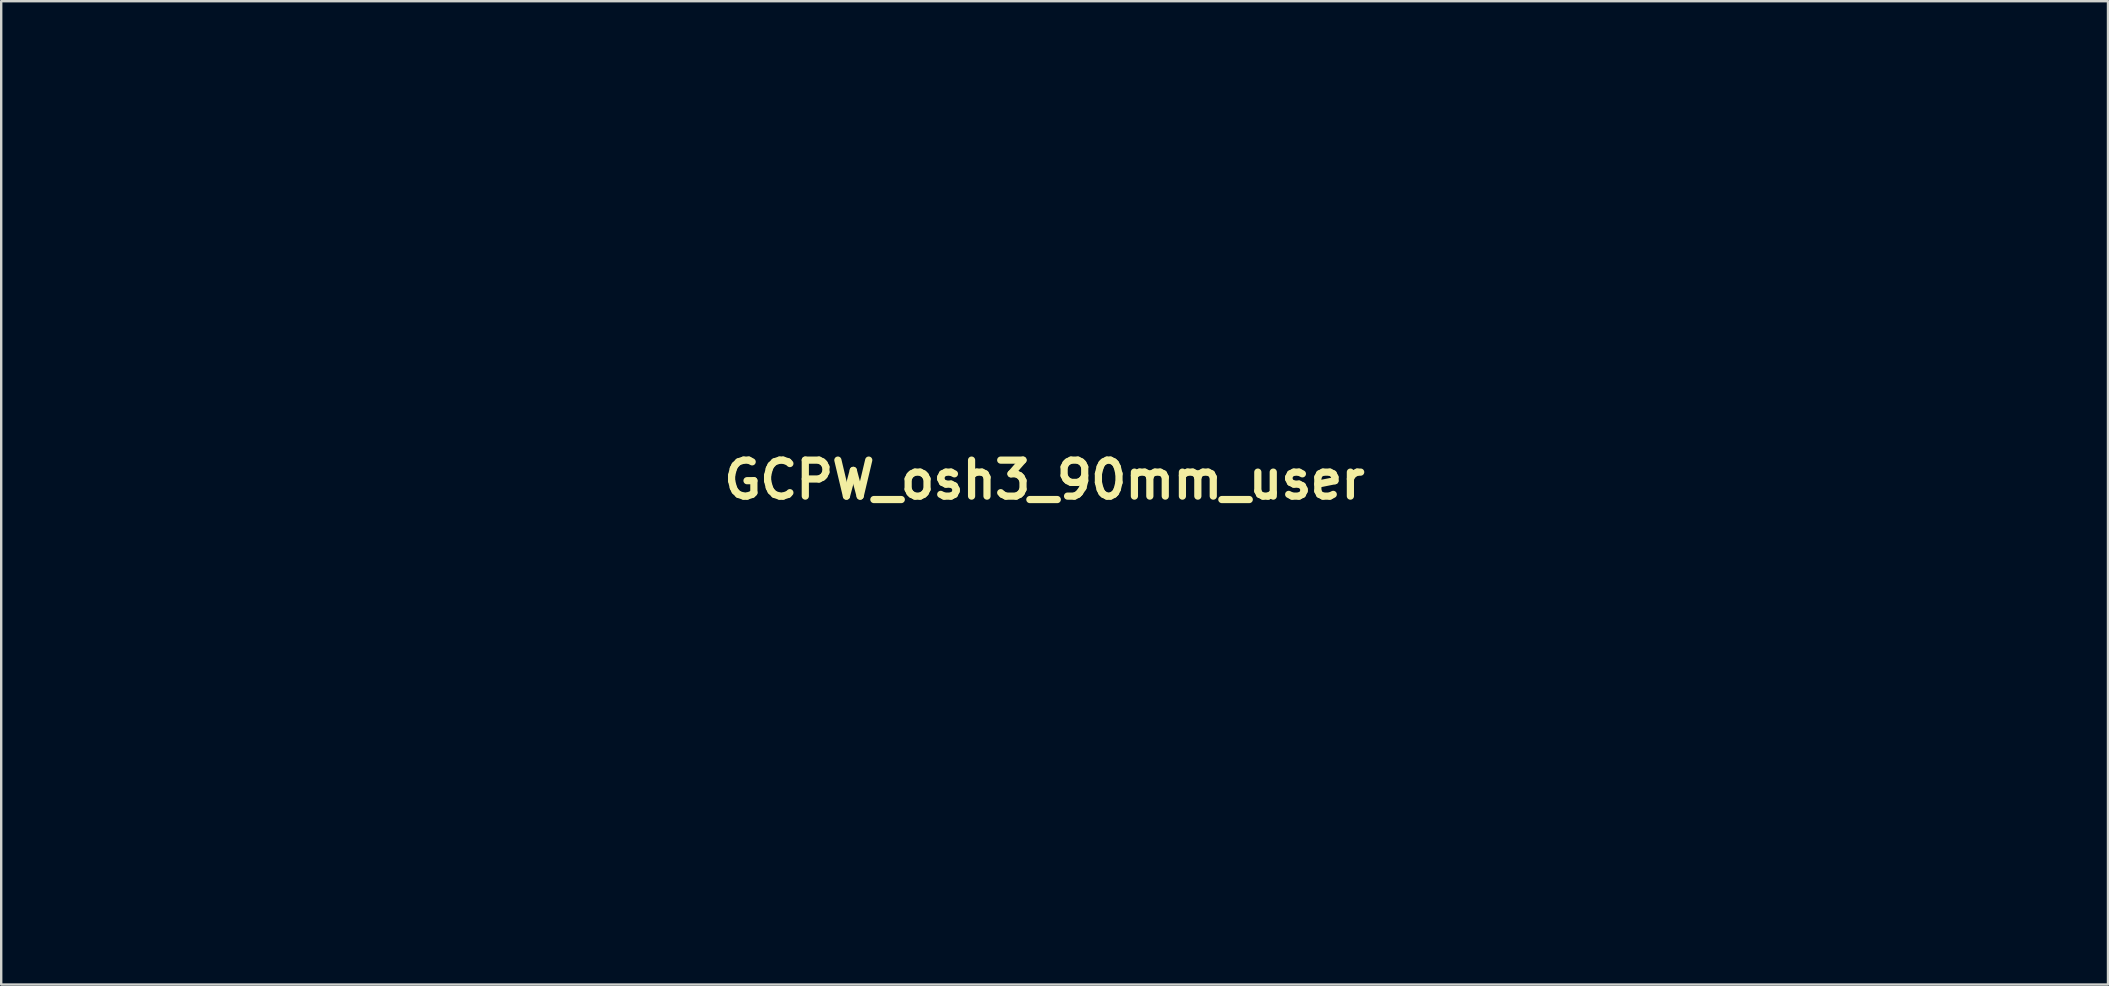
<source format=kicad_pcb>
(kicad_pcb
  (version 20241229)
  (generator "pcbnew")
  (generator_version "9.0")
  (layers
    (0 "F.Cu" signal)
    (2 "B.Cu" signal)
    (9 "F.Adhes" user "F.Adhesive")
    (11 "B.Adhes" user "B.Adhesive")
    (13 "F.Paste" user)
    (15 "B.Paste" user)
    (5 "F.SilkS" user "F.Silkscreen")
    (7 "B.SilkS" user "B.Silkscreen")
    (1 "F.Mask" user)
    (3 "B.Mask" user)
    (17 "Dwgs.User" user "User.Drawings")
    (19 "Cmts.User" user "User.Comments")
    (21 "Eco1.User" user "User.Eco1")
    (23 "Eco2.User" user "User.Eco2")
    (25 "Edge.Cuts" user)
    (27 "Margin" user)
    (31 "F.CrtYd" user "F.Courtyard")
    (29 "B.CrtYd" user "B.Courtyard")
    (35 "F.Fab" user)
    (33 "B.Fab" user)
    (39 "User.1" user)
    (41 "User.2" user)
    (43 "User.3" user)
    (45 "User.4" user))
  (footprint "GCPW_osh3_90mm_user"
    (layer "F.Cu")
    (at 40.472 16.945)
    (property "Reference" "GCPW_osh3_90mm_user" (at 0 0 0) (layer "F.SilkS") (effects (font (size 1.5 1.5) (thickness 0.3))))
    (attr board_only exclude_from_pos_files exclude_from_bom)
    (fp_poly (pts (xy 14.484 -12.415) (xy 14.509 -12.325) (xy 14.459 -12.209) (xy 14.349 -12.159) (xy 14.25 -12.197) (xy 14.209 -12.299) (xy 14.202 -12.375) (xy 14.239 -12.472) (xy 14.356 -12.483)) (stroke (width 0.1) (type solid)) (fill no) (layer "Eco1.User"))
    (fp_poly (pts (xy 4.403 4.003) (xy 4.471 4.111) (xy 4.472 4.132) (xy 4.42 4.245) (xy 4.302 4.294) (xy 4.179 4.269) (xy 4.122 4.199) (xy 4.12 4.067) (xy 4.149 4.018) (xy 4.275 3.964)) (stroke (width 0.1) (type solid)) (fill no) (layer "Eco1.User"))
    (fp_poly (pts (xy 27.735 14.882) (xy 27.79 15.01) (xy 27.79 15.019) (xy 27.74 15.126) (xy 27.629 15.16) (xy 27.516 15.116) (xy 27.471 15.051) (xy 27.473 14.919) (xy 27.503 14.871) (xy 27.622 14.826)) (stroke (width 0.1) (type solid)) (fill no) (layer "Eco1.User"))
    (fp_poly (pts (xy -31.477 7.922) (xy -31.442 7.947) (xy -31.355 8.034) (xy -31.379 8.122) (xy -31.402 8.152) (xy -31.517 8.251) (xy -31.619 8.224) (xy -31.685 8.156) (xy -31.736 8.052) (xy -31.673 7.951) (xy -31.673 7.95) (xy -31.579 7.886)) (stroke (width 0.1) (type solid)) (fill no) (layer "Eco1.User"))
    (fp_poly (pts (xy -17.211 -11.784) (xy -17.243 -11.709) (xy -17.38 -11.603) (xy -17.405 -11.588) (xy -17.558 -11.502) (xy -17.64 -11.476) (xy -17.692 -11.502) (xy -17.708 -11.517) (xy -17.69 -11.578) (xy -17.592 -11.667) (xy -17.457 -11.753) (xy -17.329 -11.807) (xy -17.292 -11.812)) (stroke (width 0.1) (type solid)) (fill no) (layer "Eco1.User"))
    (fp_poly (pts (xy -6.772 -4.064) (xy -6.785 -3.992) (xy -6.915 -3.879) (xy -7.153 -3.735) (xy -7.255 -3.68) (xy -7.426 -3.605) (xy -7.503 -3.608) (xy -7.511 -3.635) (xy -7.457 -3.711) (xy -7.322 -3.815) (xy -7.146 -3.925) (xy -6.968 -4.017) (xy -6.828 -4.067)) (stroke (width 0.1) (type solid)) (fill no) (layer "Eco1.User"))
    (fp_poly (pts (xy 3.295 -4.05) (xy 3.205 -3.926) (xy 3.066 -3.755) (xy 2.863 -3.531) (xy 2.73 -3.424) (xy 2.668 -3.433) (xy 2.663 -3.467) (xy 2.709 -3.536) (xy 2.825 -3.663) (xy 2.977 -3.815) (xy 3.132 -3.959) (xy 3.257 -4.063) (xy 3.315 -4.097)) (stroke (width 0.1) (type solid)) (fill no) (layer "Eco1.User"))
    (fp_poly (pts (xy 0.985 -8.885) (xy 0.952 -8.82) (xy 0.827 -8.716) (xy 0.658 -8.609) (xy 0.419 -8.477) (xy 0.278 -8.413) (xy 0.217 -8.413) (xy 0.217 -8.47) (xy 0.22 -8.478) (xy 0.291 -8.559) (xy 0.437 -8.661) (xy 0.618 -8.765) (xy 0.796 -8.849) (xy 0.932 -8.893)) (stroke (width 0.1) (type solid)) (fill no) (layer "Eco1.User"))
    (fp_poly (pts (xy 2.435 -4.893) (xy 2.417 -4.824) (xy 2.321 -4.691) (xy 2.184 -4.539) (xy 1.976 -4.34) (xy 1.844 -4.245) (xy 1.782 -4.25) (xy 1.775 -4.287) (xy 1.82 -4.368) (xy 1.934 -4.497) (xy 2.084 -4.643) (xy 2.239 -4.777) (xy 2.366 -4.871) (xy 2.434 -4.894)) (stroke (width 0.1) (type solid)) (fill no) (layer "Eco1.User"))
    (fp_poly (pts (xy 4.142 -6.6) (xy 4.124 -6.531) (xy 4.028 -6.398) (xy 3.891 -6.246) (xy 3.683 -6.047) (xy 3.551 -5.952) (xy 3.489 -5.957) (xy 3.482 -5.994) (xy 3.527 -6.075) (xy 3.641 -6.204) (xy 3.791 -6.35) (xy 3.946 -6.484) (xy 4.073 -6.578) (xy 4.141 -6.601)) (stroke (width 0.1) (type solid)) (fill no) (layer "Eco1.User"))
    (fp_poly (pts (xy 4.142 -4.893) (xy 4.124 -4.824) (xy 4.028 -4.691) (xy 3.891 -4.539) (xy 3.683 -4.34) (xy 3.551 -4.245) (xy 3.489 -4.25) (xy 3.482 -4.287) (xy 3.527 -4.368) (xy 3.641 -4.497) (xy 3.791 -4.643) (xy 3.946 -4.777) (xy 4.073 -4.871) (xy 4.141 -4.894)) (stroke (width 0.1) (type solid)) (fill no) (layer "Eco1.User"))
    (fp_poly (pts (xy 5.849 -6.6) (xy 5.831 -6.531) (xy 5.735 -6.398) (xy 5.598 -6.246) (xy 5.39 -6.047) (xy 5.258 -5.952) (xy 5.196 -5.957) (xy 5.189 -5.994) (xy 5.234 -6.075) (xy 5.348 -6.204) (xy 5.498 -6.35) (xy 5.653 -6.484) (xy 5.78 -6.578) (xy 5.848 -6.601)) (stroke (width 0.1) (type solid)) (fill no) (layer "Eco1.User"))
    (fp_poly (pts (xy 5.849 -4.893) (xy 5.831 -4.824) (xy 5.735 -4.691) (xy 5.598 -4.539) (xy 5.39 -4.34) (xy 5.258 -4.245) (xy 5.196 -4.25) (xy 5.189 -4.287) (xy 5.234 -4.368) (xy 5.348 -4.497) (xy 5.498 -4.643) (xy 5.653 -4.777) (xy 5.78 -4.871) (xy 5.848 -4.894)) (stroke (width 0.1) (type solid)) (fill no) (layer "Eco1.User"))
    (fp_poly (pts (xy 12.592 -8.885) (xy 12.56 -8.82) (xy 12.434 -8.716) (xy 12.266 -8.609) (xy 12.027 -8.477) (xy 11.886 -8.413) (xy 11.824 -8.413) (xy 11.825 -8.47) (xy 11.827 -8.478) (xy 11.899 -8.559) (xy 12.044 -8.661) (xy 12.226 -8.765) (xy 12.404 -8.849) (xy 12.54 -8.893)) (stroke (width 0.1) (type solid)) (fill no) (layer "Eco1.User"))
    (fp_poly (pts (xy 12.622 -4.033) (xy 12.62 -4.027) (xy 12.55 -3.95) (xy 12.404 -3.849) (xy 12.223 -3.745) (xy 12.043 -3.659) (xy 11.905 -3.611) (xy 11.848 -3.616) (xy 11.869 -3.694) (xy 11.964 -3.775) (xy 12.141 -3.883) (xy 12.305 -3.983) (xy 12.484 -4.074) (xy 12.597 -4.091)) (stroke (width 0.1) (type solid)) (fill no) (layer "Eco1.User"))
    (fp_poly (pts (xy -6.774 -8.844) (xy -6.885 -8.736) (xy -7.117 -8.59) (xy -7.144 -8.575) (xy -7.345 -8.464) (xy -7.455 -8.413) (xy -7.501 -8.415) (xy -7.51 -8.464) (xy -7.51 -8.484) (xy -7.456 -8.554) (xy -7.322 -8.657) (xy -7.148 -8.767) (xy -6.973 -8.862) (xy -6.835 -8.918) (xy -6.78 -8.919)) (stroke (width 0.1) (type solid)) (fill no) (layer "Eco1.User"))
    (fp_poly (pts (xy -0.105 -6.615) (xy -0.133 -6.554) (xy -0.238 -6.427) (xy -0.398 -6.259) (xy -0.411 -6.246) (xy -0.577 -6.091) (xy -0.698 -5.995) (xy -0.751 -5.977) (xy -0.751 -5.98) (xy -0.708 -6.059) (xy -0.598 -6.189) (xy -0.452 -6.34) (xy -0.301 -6.482) (xy -0.176 -6.584) (xy -0.108 -6.616)) (stroke (width 0.1) (type solid)) (fill no) (layer "Eco1.User"))
    (fp_poly (pts (xy -0.105 -4.908) (xy -0.133 -4.847) (xy -0.238 -4.72) (xy -0.398 -4.552) (xy -0.411 -4.539) (xy -0.577 -4.384) (xy -0.698 -4.288) (xy -0.751 -4.27) (xy -0.751 -4.273) (xy -0.708 -4.352) (xy -0.598 -4.482) (xy -0.452 -4.633) (xy -0.301 -4.775) (xy -0.176 -4.877) (xy -0.108 -4.909)) (stroke (width 0.1) (type solid)) (fill no) (layer "Eco1.User"))
    (fp_poly (pts (xy -0.077 -5.767) (xy -0.101 -5.705) (xy -0.198 -5.584) (xy -0.337 -5.434) (xy -0.489 -5.287) (xy -0.622 -5.172) (xy -0.707 -5.121) (xy -0.712 -5.121) (xy -0.702 -5.165) (xy -0.613 -5.279) (xy -0.464 -5.442) (xy -0.445 -5.461) (xy -0.276 -5.624) (xy -0.145 -5.734) (xy -0.078 -5.768)) (stroke (width 0.1) (type solid)) (fill no) (layer "Eco1.User"))
    (fp_poly (pts (xy -0.077 -4.06) (xy -0.101 -3.998) (xy -0.198 -3.877) (xy -0.337 -3.727) (xy -0.489 -3.58) (xy -0.622 -3.465) (xy -0.707 -3.414) (xy -0.712 -3.414) (xy -0.702 -3.458) (xy -0.613 -3.572) (xy -0.464 -3.735) (xy -0.445 -3.754) (xy -0.276 -3.917) (xy -0.145 -4.027) (xy -0.078 -4.061)) (stroke (width 0.1) (type solid)) (fill no) (layer "Eco1.User"))
    (fp_poly (pts (xy 1.602 -6.615) (xy 1.574 -6.554) (xy 1.469 -6.427) (xy 1.309 -6.259) (xy 1.296 -6.246) (xy 1.13 -6.091) (xy 1.009 -5.995) (xy 0.956 -5.977) (xy 0.956 -5.98) (xy 0.999 -6.059) (xy 1.109 -6.189) (xy 1.255 -6.34) (xy 1.406 -6.482) (xy 1.531 -6.584) (xy 1.599 -6.616)) (stroke (width 0.1) (type solid)) (fill no) (layer "Eco1.User"))
    (fp_poly (pts (xy 1.602 -4.908) (xy 1.574 -4.847) (xy 1.469 -4.72) (xy 1.309 -4.552) (xy 1.296 -4.539) (xy 1.13 -4.384) (xy 1.009 -4.288) (xy 0.956 -4.27) (xy 0.956 -4.273) (xy 0.999 -4.352) (xy 1.109 -4.482) (xy 1.255 -4.633) (xy 1.406 -4.775) (xy 1.531 -4.877) (xy 1.599 -4.909)) (stroke (width 0.1) (type solid)) (fill no) (layer "Eco1.User"))
    (fp_poly (pts (xy 1.63 -5.767) (xy 1.606 -5.705) (xy 1.509 -5.584) (xy 1.37 -5.434) (xy 1.218 -5.287) (xy 1.085 -5.172) (xy 1 -5.121) (xy 0.995 -5.121) (xy 1.005 -5.165) (xy 1.094 -5.279) (xy 1.243 -5.442) (xy 1.262 -5.461) (xy 1.431 -5.624) (xy 1.562 -5.734) (xy 1.629 -5.768)) (stroke (width 0.1) (type solid)) (fill no) (layer "Eco1.User"))
    (fp_poly (pts (xy 1.639 -4.057) (xy 1.593 -3.977) (xy 1.478 -3.842) (xy 1.328 -3.684) (xy 1.175 -3.539) (xy 1.054 -3.439) (xy 1.004 -3.414) (xy 0.964 -3.457) (xy 0.967 -3.468) (xy 1.027 -3.545) (xy 1.149 -3.666) (xy 1.301 -3.805) (xy 1.453 -3.935) (xy 1.575 -4.029) (xy 1.636 -4.061)) (stroke (width 0.1) (type solid)) (fill no) (layer "Eco1.User"))
    (fp_poly (pts (xy 2.45 -5.767) (xy 2.425 -5.705) (xy 2.328 -5.584) (xy 2.189 -5.434) (xy 2.038 -5.287) (xy 1.904 -5.172) (xy 1.819 -5.121) (xy 1.815 -5.121) (xy 1.824 -5.165) (xy 1.913 -5.279) (xy 2.062 -5.442) (xy 2.081 -5.461) (xy 2.251 -5.624) (xy 2.382 -5.734) (xy 2.448 -5.768)) (stroke (width 0.1) (type solid)) (fill no) (layer "Eco1.User"))
    (fp_poly (pts (xy 3.309 -6.615) (xy 3.281 -6.554) (xy 3.176 -6.427) (xy 3.016 -6.259) (xy 3.003 -6.246) (xy 2.837 -6.091) (xy 2.716 -5.995) (xy 2.663 -5.977) (xy 2.663 -5.98) (xy 2.706 -6.059) (xy 2.816 -6.189) (xy 2.962 -6.34) (xy 3.113 -6.482) (xy 3.238 -6.584) (xy 3.306 -6.616)) (stroke (width 0.1) (type solid)) (fill no) (layer "Eco1.User"))
    (fp_poly (pts (xy 3.309 -4.908) (xy 3.281 -4.847) (xy 3.176 -4.72) (xy 3.016 -4.552) (xy 3.003 -4.539) (xy 2.837 -4.384) (xy 2.716 -4.288) (xy 2.663 -4.27) (xy 2.663 -4.273) (xy 2.706 -4.352) (xy 2.816 -4.482) (xy 2.962 -4.633) (xy 3.113 -4.775) (xy 3.238 -4.877) (xy 3.306 -4.909)) (stroke (width 0.1) (type solid)) (fill no) (layer "Eco1.User"))
    (fp_poly (pts (xy 3.337 -5.767) (xy 3.313 -5.705) (xy 3.216 -5.584) (xy 3.077 -5.434) (xy 2.925 -5.287) (xy 2.792 -5.172) (xy 2.707 -5.121) (xy 2.702 -5.121) (xy 2.712 -5.165) (xy 2.801 -5.279) (xy 2.95 -5.442) (xy 2.969 -5.461) (xy 3.138 -5.624) (xy 3.269 -5.734) (xy 3.336 -5.768)) (stroke (width 0.1) (type solid)) (fill no) (layer "Eco1.User"))
    (fp_poly (pts (xy 4.157 -5.767) (xy 4.132 -5.705) (xy 4.035 -5.584) (xy 3.896 -5.434) (xy 3.745 -5.287) (xy 3.611 -5.172) (xy 3.526 -5.121) (xy 3.522 -5.121) (xy 3.531 -5.165) (xy 3.62 -5.279) (xy 3.769 -5.442) (xy 3.788 -5.461) (xy 3.958 -5.624) (xy 4.089 -5.734) (xy 4.155 -5.768)) (stroke (width 0.1) (type solid)) (fill no) (layer "Eco1.User"))
    (fp_poly (pts (xy 4.157 -4.06) (xy 4.132 -3.998) (xy 4.035 -3.877) (xy 3.896 -3.727) (xy 3.745 -3.58) (xy 3.611 -3.465) (xy 3.526 -3.414) (xy 3.522 -3.414) (xy 3.531 -3.458) (xy 3.62 -3.572) (xy 3.769 -3.735) (xy 3.788 -3.754) (xy 3.958 -3.917) (xy 4.089 -4.027) (xy 4.155 -4.061)) (stroke (width 0.1) (type solid)) (fill no) (layer "Eco1.User"))
    (fp_poly (pts (xy 5.016 -6.615) (xy 4.988 -6.554) (xy 4.883 -6.427) (xy 4.723 -6.259) (xy 4.71 -6.246) (xy 4.544 -6.091) (xy 4.423 -5.995) (xy 4.37 -5.977) (xy 4.37 -5.98) (xy 4.413 -6.059) (xy 4.523 -6.189) (xy 4.669 -6.34) (xy 4.82 -6.482) (xy 4.945 -6.584) (xy 5.013 -6.616)) (stroke (width 0.1) (type solid)) (fill no) (layer "Eco1.User"))
    (fp_poly (pts (xy 5.016 -4.908) (xy 4.988 -4.847) (xy 4.883 -4.72) (xy 4.723 -4.552) (xy 4.71 -4.539) (xy 4.544 -4.384) (xy 4.423 -4.288) (xy 4.37 -4.27) (xy 4.37 -4.273) (xy 4.413 -4.352) (xy 4.523 -4.482) (xy 4.669 -4.633) (xy 4.82 -4.775) (xy 4.945 -4.877) (xy 5.013 -4.909)) (stroke (width 0.1) (type solid)) (fill no) (layer "Eco1.User"))
    (fp_poly (pts (xy 5.016 -4.088) (xy 4.988 -4.028) (xy 4.883 -3.9) (xy 4.723 -3.733) (xy 4.71 -3.72) (xy 4.544 -3.565) (xy 4.423 -3.469) (xy 4.37 -3.45) (xy 4.37 -3.454) (xy 4.413 -3.533) (xy 4.523 -3.663) (xy 4.669 -3.814) (xy 4.82 -3.956) (xy 4.945 -4.058) (xy 5.013 -4.09)) (stroke (width 0.1) (type solid)) (fill no) (layer "Eco1.User"))
    (fp_poly (pts (xy 5.029 -5.782) (xy 5.006 -5.717) (xy 4.903 -5.59) (xy 4.743 -5.429) (xy 4.552 -5.254) (xy 4.44 -5.159) (xy 4.387 -5.128) (xy 4.37 -5.149) (xy 4.37 -5.162) (xy 4.414 -5.238) (xy 4.527 -5.365) (xy 4.676 -5.512) (xy 4.83 -5.651) (xy 4.957 -5.751) (xy 5.027 -5.783)) (stroke (width 0.1) (type solid)) (fill no) (layer "Eco1.User"))
    (fp_poly (pts (xy 5.864 -5.767) (xy 5.839 -5.705) (xy 5.742 -5.584) (xy 5.603 -5.434) (xy 5.452 -5.287) (xy 5.318 -5.172) (xy 5.233 -5.121) (xy 5.229 -5.121) (xy 5.238 -5.165) (xy 5.327 -5.279) (xy 5.476 -5.442) (xy 5.495 -5.461) (xy 5.665 -5.624) (xy 5.796 -5.734) (xy 5.862 -5.768)) (stroke (width 0.1) (type solid)) (fill no) (layer "Eco1.User"))
    (fp_poly (pts (xy 5.864 -4.06) (xy 5.839 -3.998) (xy 5.742 -3.877) (xy 5.603 -3.727) (xy 5.452 -3.58) (xy 5.318 -3.465) (xy 5.233 -3.414) (xy 5.229 -3.414) (xy 5.238 -3.458) (xy 5.327 -3.572) (xy 5.476 -3.735) (xy 5.495 -3.754) (xy 5.665 -3.917) (xy 5.796 -4.027) (xy 5.862 -4.061)) (stroke (width 0.1) (type solid)) (fill no) (layer "Eco1.User"))
    (fp_poly (pts (xy 6.723 -6.615) (xy 6.695 -6.554) (xy 6.59 -6.427) (xy 6.43 -6.259) (xy 6.417 -6.246) (xy 6.251 -6.091) (xy 6.13 -5.995) (xy 6.077 -5.977) (xy 6.077 -5.98) (xy 6.12 -6.059) (xy 6.23 -6.189) (xy 6.376 -6.34) (xy 6.527 -6.482) (xy 6.652 -6.584) (xy 6.72 -6.616)) (stroke (width 0.1) (type solid)) (fill no) (layer "Eco1.User"))
    (fp_poly (pts (xy 6.723 -5.795) (xy 6.695 -5.735) (xy 6.59 -5.607) (xy 6.43 -5.44) (xy 6.417 -5.427) (xy 6.251 -5.272) (xy 6.13 -5.176) (xy 6.077 -5.157) (xy 6.077 -5.161) (xy 6.12 -5.24) (xy 6.23 -5.37) (xy 6.376 -5.521) (xy 6.527 -5.663) (xy 6.652 -5.765) (xy 6.72 -5.797)) (stroke (width 0.1) (type solid)) (fill no) (layer "Eco1.User"))
    (fp_poly (pts (xy 6.723 -4.088) (xy 6.695 -4.028) (xy 6.59 -3.9) (xy 6.43 -3.733) (xy 6.417 -3.72) (xy 6.251 -3.565) (xy 6.13 -3.469) (xy 6.077 -3.45) (xy 6.077 -3.454) (xy 6.12 -3.533) (xy 6.23 -3.663) (xy 6.376 -3.814) (xy 6.527 -3.956) (xy 6.652 -4.058) (xy 6.72 -4.09)) (stroke (width 0.1) (type solid)) (fill no) (layer "Eco1.User"))
    (fp_poly (pts (xy 7.542 -4.908) (xy 7.514 -4.847) (xy 7.409 -4.72) (xy 7.249 -4.552) (xy 7.236 -4.539) (xy 7.07 -4.384) (xy 6.949 -4.288) (xy 6.897 -4.27) (xy 6.896 -4.273) (xy 6.94 -4.352) (xy 7.05 -4.482) (xy 7.195 -4.633) (xy 7.346 -4.775) (xy 7.471 -4.877) (xy 7.539 -4.909)) (stroke (width 0.1) (type solid)) (fill no) (layer "Eco1.User"))
    (fp_poly (pts (xy 7.571 -5.767) (xy 7.546 -5.705) (xy 7.449 -5.584) (xy 7.31 -5.434) (xy 7.159 -5.287) (xy 7.025 -5.172) (xy 6.94 -5.121) (xy 6.936 -5.121) (xy 6.945 -5.165) (xy 7.034 -5.279) (xy 7.183 -5.442) (xy 7.202 -5.461) (xy 7.372 -5.624) (xy 7.503 -5.734) (xy 7.569 -5.768)) (stroke (width 0.1) (type solid)) (fill no) (layer "Eco1.User"))
    (fp_poly (pts (xy 7.571 -4.06) (xy 7.546 -3.998) (xy 7.449 -3.877) (xy 7.31 -3.727) (xy 7.159 -3.58) (xy 7.025 -3.465) (xy 6.94 -3.414) (xy 6.936 -3.414) (xy 6.945 -3.458) (xy 7.034 -3.572) (xy 7.183 -3.735) (xy 7.202 -3.754) (xy 7.372 -3.917) (xy 7.503 -4.027) (xy 7.569 -4.061)) (stroke (width 0.1) (type solid)) (fill no) (layer "Eco1.User"))
    (fp_poly (pts (xy 8.43 -5.795) (xy 8.402 -5.735) (xy 8.297 -5.607) (xy 8.137 -5.44) (xy 8.124 -5.427) (xy 7.958 -5.272) (xy 7.837 -5.176) (xy 7.784 -5.157) (xy 7.784 -5.161) (xy 7.827 -5.24) (xy 7.937 -5.37) (xy 8.083 -5.521) (xy 8.234 -5.663) (xy 8.359 -5.765) (xy 8.427 -5.797)) (stroke (width 0.1) (type solid)) (fill no) (layer "Eco1.User"))
    (fp_poly (pts (xy 9.249 -6.615) (xy 9.221 -6.554) (xy 9.116 -6.427) (xy 8.956 -6.259) (xy 8.943 -6.246) (xy 8.777 -6.091) (xy 8.656 -5.995) (xy 8.604 -5.977) (xy 8.603 -5.98) (xy 8.647 -6.059) (xy 8.757 -6.189) (xy 8.902 -6.34) (xy 9.053 -6.482) (xy 9.178 -6.584) (xy 9.246 -6.616)) (stroke (width 0.1) (type solid)) (fill no) (layer "Eco1.User"))
    (fp_poly (pts (xy 9.249 -4.908) (xy 9.221 -4.847) (xy 9.116 -4.72) (xy 8.956 -4.552) (xy 8.943 -4.539) (xy 8.777 -4.384) (xy 8.656 -4.288) (xy 8.604 -4.27) (xy 8.603 -4.273) (xy 8.647 -4.352) (xy 8.757 -4.482) (xy 8.902 -4.633) (xy 9.053 -4.775) (xy 9.178 -4.877) (xy 9.246 -4.909)) (stroke (width 0.1) (type solid)) (fill no) (layer "Eco1.User"))
    (fp_poly (pts (xy 9.278 -5.767) (xy 9.253 -5.705) (xy 9.156 -5.584) (xy 9.017 -5.434) (xy 8.866 -5.287) (xy 8.732 -5.172) (xy 8.647 -5.121) (xy 8.643 -5.121) (xy 8.652 -5.165) (xy 8.741 -5.279) (xy 8.89 -5.442) (xy 8.909 -5.461) (xy 9.079 -5.624) (xy 9.21 -5.734) (xy 9.276 -5.768)) (stroke (width 0.1) (type solid)) (fill no) (layer "Eco1.User"))
    (fp_poly (pts (xy 9.278 -4.06) (xy 9.253 -3.998) (xy 9.156 -3.877) (xy 9.017 -3.727) (xy 8.866 -3.58) (xy 8.732 -3.465) (xy 8.647 -3.414) (xy 8.643 -3.414) (xy 8.652 -3.458) (xy 8.741 -3.572) (xy 8.89 -3.735) (xy 8.909 -3.754) (xy 9.079 -3.917) (xy 9.21 -4.027) (xy 9.276 -4.061)) (stroke (width 0.1) (type solid)) (fill no) (layer "Eco1.User"))
    (fp_poly (pts (xy 20.359 -8.913) (xy 20.301 -8.829) (xy 20.154 -8.708) (xy 20.005 -8.609) (xy 19.799 -8.484) (xy 19.679 -8.42) (xy 19.616 -8.409) (xy 19.58 -8.438) (xy 19.566 -8.46) (xy 19.604 -8.515) (xy 19.725 -8.612) (xy 19.893 -8.727) (xy 20.072 -8.836) (xy 20.225 -8.917) (xy 20.312 -8.945)) (stroke (width 0.1) (type solid)) (fill no) (layer "Eco1.User"))
    (fp_poly (pts (xy 35.971 -8.942) (xy 35.902 -8.868) (xy 35.753 -8.766) (xy 35.562 -8.654) (xy 35.362 -8.551) (xy 35.191 -8.477) (xy 35.084 -8.451) (xy 35.067 -8.458) (xy 35.102 -8.52) (xy 35.23 -8.627) (xy 35.423 -8.755) (xy 35.443 -8.766) (xy 35.716 -8.921) (xy 35.888 -8.998) (xy 35.969 -9)) (stroke (width 0.1) (type solid)) (fill no) (layer "Eco1.User"))
    (fp_poly (pts (xy 35.973 15.249) (xy 35.886 15.343) (xy 35.69 15.474) (xy 35.541 15.561) (xy 35.281 15.699) (xy 35.119 15.763) (xy 35.04 15.757) (xy 35.027 15.719) (xy 35.082 15.661) (xy 35.221 15.563) (xy 35.41 15.447) (xy 35.614 15.331) (xy 35.797 15.237) (xy 35.925 15.185) (xy 35.962 15.182)) (stroke (width 0.1) (type solid)) (fill no) (layer "Eco1.User"))
    (fp_poly (pts (xy 35.981 -4.131) (xy 35.944 -4.052) (xy 35.864 -3.988) (xy 35.526 -3.787) (xy 35.288 -3.66) (xy 35.139 -3.601) (xy 35.069 -3.607) (xy 35.066 -3.612) (xy 35.102 -3.671) (xy 35.224 -3.772) (xy 35.398 -3.894) (xy 35.591 -4.014) (xy 35.768 -4.111) (xy 35.896 -4.162) (xy 35.919 -4.165)) (stroke (width 0.1) (type solid)) (fill no) (layer "Eco1.User"))
    (fp_poly (pts (xy 37.651 14.192) (xy 37.698 14.241) (xy 37.622 14.334) (xy 37.421 14.475) (xy 37.341 14.524) (xy 37.065 14.676) (xy 36.889 14.741) (xy 36.809 14.721) (xy 36.803 14.693) (xy 36.857 14.637) (xy 36.996 14.541) (xy 37.181 14.427) (xy 37.375 14.315) (xy 37.541 14.23) (xy 37.642 14.192)) (stroke (width 0.1) (type solid)) (fill no) (layer "Eco1.User"))
    (fp_poly (pts (xy 37.746 -9.966) (xy 37.677 -9.892) (xy 37.529 -9.79) (xy 37.337 -9.678) (xy 37.138 -9.575) (xy 36.966 -9.501) (xy 36.859 -9.475) (xy 36.842 -9.482) (xy 36.877 -9.544) (xy 37.005 -9.651) (xy 37.199 -9.779) (xy 37.218 -9.791) (xy 37.491 -9.945) (xy 37.664 -10.022) (xy 37.744 -10.024)) (stroke (width 0.1) (type solid)) (fill no) (layer "Eco1.User"))
    (fp_poly (pts (xy 37.756 -5.155) (xy 37.719 -5.076) (xy 37.639 -5.012) (xy 37.301 -4.811) (xy 37.063 -4.684) (xy 36.915 -4.626) (xy 36.845 -4.631) (xy 36.841 -4.636) (xy 36.877 -4.695) (xy 36.999 -4.796) (xy 37.174 -4.918) (xy 37.366 -5.039) (xy 37.543 -5.135) (xy 37.671 -5.186) (xy 37.694 -5.189)) (stroke (width 0.1) (type solid)) (fill no) (layer "Eco1.User"))
    (fp_poly (pts (xy 39.481 -11.005) (xy 39.459 -10.941) (xy 39.328 -10.833) (xy 39.101 -10.694) (xy 38.85 -10.556) (xy 38.695 -10.479) (xy 38.613 -10.455) (xy 38.582 -10.475) (xy 38.578 -10.507) (xy 38.633 -10.579) (xy 38.774 -10.683) (xy 38.964 -10.798) (xy 39.166 -10.905) (xy 39.343 -10.983) (xy 39.46 -11.012)) (stroke (width 0.1) (type solid)) (fill no) (layer "Eco1.User"))
    (fp_poly (pts (xy 41.256 -12.029) (xy 41.235 -11.965) (xy 41.103 -11.857) (xy 40.876 -11.719) (xy 40.626 -11.581) (xy 40.47 -11.503) (xy 40.388 -11.479) (xy 40.357 -11.499) (xy 40.353 -11.531) (xy 40.408 -11.603) (xy 40.549 -11.707) (xy 40.739 -11.822) (xy 40.941 -11.929) (xy 41.119 -12.007) (xy 41.235 -12.036)) (stroke (width 0.1) (type solid)) (fill no) (layer "Eco1.User"))
    (fp_poly (pts (xy -22.116 -8.966) (xy -22.14 -8.903) (xy -22.267 -8.797) (xy -22.479 -8.661) (xy -22.496 -8.652) (xy -22.75 -8.508) (xy -22.908 -8.429) (xy -22.986 -8.408) (xy -23.004 -8.439) (xy -22.994 -8.482) (xy -22.92 -8.567) (xy -22.769 -8.677) (xy -22.576 -8.793) (xy -22.379 -8.894) (xy -22.215 -8.96) (xy -22.121 -8.969)) (stroke (width 0.1) (type solid)) (fill no) (layer "Eco1.User"))
    (fp_poly (pts (xy -20.369 -10.014) (xy -20.358 -9.947) (xy -20.443 -9.854) (xy -20.636 -9.724) (xy -20.79 -9.634) (xy -21.024 -9.505) (xy -21.162 -9.441) (xy -21.222 -9.435) (xy -21.225 -9.483) (xy -21.218 -9.507) (xy -21.151 -9.58) (xy -21.006 -9.686) (xy -20.82 -9.805) (xy -20.629 -9.914) (xy -20.469 -9.992) (xy -20.377 -10.017)) (stroke (width 0.1) (type solid)) (fill no) (layer "Eco1.User"))
    (fp_poly (pts (xy -18.582 -10.97) (xy -18.669 -10.876) (xy -18.866 -10.745) (xy -19.015 -10.658) (xy -19.234 -10.536) (xy -19.364 -10.471) (xy -19.433 -10.455) (xy -19.47 -10.479) (xy -19.486 -10.503) (xy -19.448 -10.558) (xy -19.323 -10.654) (xy -19.145 -10.771) (xy -18.948 -10.887) (xy -18.767 -10.982) (xy -18.637 -11.036) (xy -18.593 -11.037)) (stroke (width 0.1) (type solid)) (fill no) (layer "Eco1.User"))
    (fp_poly (pts (xy 0.77 -6.58) (xy 0.681 -6.465) (xy 0.532 -6.302) (xy 0.512 -6.282) (xy 0.336 -6.112) (xy 0.191 -5.99) (xy 0.109 -5.94) (xy 0.108 -5.94) (xy 0.117 -5.984) (xy 0.206 -6.099) (xy 0.356 -6.262) (xy 0.376 -6.282) (xy 0.552 -6.451) (xy 0.696 -6.574) (xy 0.778 -6.623) (xy 0.78 -6.623)) (stroke (width 0.1) (type solid)) (fill no) (layer "Eco1.User"))
    (fp_poly (pts (xy 0.77 -5.76) (xy 0.681 -5.645) (xy 0.532 -5.483) (xy 0.512 -5.462) (xy 0.336 -5.293) (xy 0.191 -5.17) (xy 0.109 -5.121) (xy 0.108 -5.121) (xy 0.117 -5.165) (xy 0.206 -5.28) (xy 0.356 -5.442) (xy 0.376 -5.462) (xy 0.552 -5.632) (xy 0.696 -5.754) (xy 0.778 -5.804) (xy 0.78 -5.804)) (stroke (width 0.1) (type solid)) (fill no) (layer "Eco1.User"))
    (fp_poly (pts (xy 0.77 -4.873) (xy 0.681 -4.758) (xy 0.532 -4.595) (xy 0.512 -4.575) (xy 0.336 -4.405) (xy 0.191 -4.283) (xy 0.109 -4.233) (xy 0.108 -4.233) (xy 0.117 -4.277) (xy 0.206 -4.392) (xy 0.356 -4.555) (xy 0.376 -4.575) (xy 0.552 -4.744) (xy 0.696 -4.867) (xy 0.778 -4.916) (xy 0.78 -4.916)) (stroke (width 0.1) (type solid)) (fill no) (layer "Eco1.User"))
    (fp_poly (pts (xy 0.77 -4.053) (xy 0.681 -3.938) (xy 0.532 -3.776) (xy 0.512 -3.755) (xy 0.336 -3.586) (xy 0.191 -3.463) (xy 0.109 -3.414) (xy 0.108 -3.414) (xy 0.117 -3.458) (xy 0.206 -3.573) (xy 0.356 -3.735) (xy 0.376 -3.755) (xy 0.552 -3.925) (xy 0.696 -4.047) (xy 0.778 -4.097) (xy 0.78 -4.097)) (stroke (width 0.1) (type solid)) (fill no) (layer "Eco1.User"))
    (fp_poly (pts (xy 2.477 -6.58) (xy 2.388 -6.465) (xy 2.239 -6.302) (xy 2.219 -6.282) (xy 2.043 -6.112) (xy 1.898 -5.99) (xy 1.816 -5.94) (xy 1.815 -5.94) (xy 1.824 -5.984) (xy 1.913 -6.099) (xy 2.063 -6.262) (xy 2.083 -6.282) (xy 2.259 -6.451) (xy 2.403 -6.574) (xy 2.485 -6.623) (xy 2.487 -6.623)) (stroke (width 0.1) (type solid)) (fill no) (layer "Eco1.User"))
    (fp_poly (pts (xy 2.477 -4.053) (xy 2.388 -3.938) (xy 2.239 -3.776) (xy 2.219 -3.755) (xy 2.043 -3.586) (xy 1.898 -3.463) (xy 1.816 -3.414) (xy 1.815 -3.414) (xy 1.824 -3.458) (xy 1.913 -3.573) (xy 2.063 -3.735) (xy 2.083 -3.755) (xy 2.259 -3.925) (xy 2.403 -4.047) (xy 2.485 -4.097) (xy 2.487 -4.097)) (stroke (width 0.1) (type solid)) (fill no) (layer "Eco1.User"))
    (fp_poly (pts (xy 6.711 -4.873) (xy 6.622 -4.758) (xy 6.472 -4.595) (xy 6.452 -4.575) (xy 6.276 -4.405) (xy 6.132 -4.283) (xy 6.05 -4.233) (xy 6.048 -4.233) (xy 6.058 -4.277) (xy 6.146 -4.392) (xy 6.296 -4.555) (xy 6.316 -4.575) (xy 6.492 -4.744) (xy 6.636 -4.867) (xy 6.719 -4.916) (xy 6.72 -4.916)) (stroke (width 0.1) (type solid)) (fill no) (layer "Eco1.User"))
    (fp_poly (pts (xy 7.544 -6.612) (xy 7.523 -6.547) (xy 7.433 -6.42) (xy 7.303 -6.262) (xy 7.162 -6.108) (xy 7.038 -5.99) (xy 6.96 -5.94) (xy 6.959 -5.94) (xy 6.897 -5.985) (xy 6.896 -5.994) (xy 6.94 -6.07) (xy 7.052 -6.197) (xy 7.199 -6.345) (xy 7.351 -6.483) (xy 7.476 -6.583) (xy 7.543 -6.614)) (stroke (width 0.1) (type solid)) (fill no) (layer "Eco1.User"))
    (fp_poly (pts (xy 8.418 -6.58) (xy 8.329 -6.465) (xy 8.179 -6.302) (xy 8.159 -6.282) (xy 7.983 -6.112) (xy 7.839 -5.99) (xy 7.757 -5.94) (xy 7.755 -5.94) (xy 7.765 -5.984) (xy 7.853 -6.099) (xy 8.003 -6.262) (xy 8.023 -6.282) (xy 8.199 -6.451) (xy 8.343 -6.574) (xy 8.426 -6.623) (xy 8.427 -6.623)) (stroke (width 0.1) (type solid)) (fill no) (layer "Eco1.User"))
    (fp_poly (pts (xy 8.418 -4.873) (xy 8.329 -4.758) (xy 8.179 -4.595) (xy 8.159 -4.575) (xy 7.983 -4.405) (xy 7.839 -4.283) (xy 7.757 -4.233) (xy 7.755 -4.233) (xy 7.765 -4.277) (xy 7.853 -4.392) (xy 8.003 -4.555) (xy 8.023 -4.575) (xy 8.199 -4.744) (xy 8.343 -4.867) (xy 8.426 -4.916) (xy 8.427 -4.916)) (stroke (width 0.1) (type solid)) (fill no) (layer "Eco1.User"))
    (fp_poly (pts (xy 8.418 -4.053) (xy 8.329 -3.938) (xy 8.179 -3.776) (xy 8.159 -3.755) (xy 7.983 -3.586) (xy 7.839 -3.463) (xy 7.757 -3.414) (xy 7.755 -3.414) (xy 7.765 -3.458) (xy 7.853 -3.573) (xy 8.003 -3.735) (xy 8.023 -3.755) (xy 8.199 -3.925) (xy 8.343 -4.047) (xy 8.426 -4.097) (xy 8.427 -4.097)) (stroke (width 0.1) (type solid)) (fill no) (layer "Eco1.User"))
    (fp_poly (pts (xy 39.495 13.17) (xy 39.462 13.235) (xy 39.336 13.344) (xy 39.144 13.473) (xy 39.133 13.48) (xy 38.859 13.637) (xy 38.682 13.713) (xy 38.593 13.711) (xy 38.578 13.671) (xy 38.632 13.605) (xy 38.764 13.512) (xy 38.8 13.49) (xy 39.022 13.362) (xy 39.238 13.234) (xy 39.394 13.163) (xy 39.488 13.163)) (stroke (width 0.1) (type solid)) (fill no) (layer "Eco1.User"))
    (fp_poly (pts (xy 39.533 -6.188) (xy 39.484 -6.111) (xy 39.309 -5.983) (xy 39.093 -5.852) (xy 38.846 -5.712) (xy 38.693 -5.633) (xy 38.613 -5.608) (xy 38.582 -5.627) (xy 38.578 -5.662) (xy 38.632 -5.726) (xy 38.771 -5.831) (xy 38.958 -5.955) (xy 39.157 -6.075) (xy 39.332 -6.168) (xy 39.447 -6.212) (xy 39.457 -6.213)) (stroke (width 0.1) (type solid)) (fill no) (layer "Eco1.User"))
    (fp_poly (pts (xy 41.246 -7.192) (xy 41.224 -7.128) (xy 41.094 -7.019) (xy 40.872 -6.879) (xy 40.868 -6.876) (xy 40.621 -6.736) (xy 40.468 -6.657) (xy 40.388 -6.632) (xy 40.357 -6.651) (xy 40.353 -6.686) (xy 40.408 -6.76) (xy 40.548 -6.866) (xy 40.736 -6.983) (xy 40.936 -7.091) (xy 41.111 -7.17) (xy 41.226 -7.198)) (stroke (width 0.1) (type solid)) (fill no) (layer "Eco1.User"))
    (fp_poly (pts (xy 41.27 12.146) (xy 41.237 12.211) (xy 41.111 12.319) (xy 40.92 12.449) (xy 40.908 12.456) (xy 40.634 12.612) (xy 40.458 12.688) (xy 40.369 12.687) (xy 40.353 12.646) (xy 40.407 12.581) (xy 40.539 12.487) (xy 40.575 12.466) (xy 40.797 12.338) (xy 41.014 12.21) (xy 41.169 12.139) (xy 41.263 12.139)) (stroke (width 0.1) (type solid)) (fill no) (layer "Eco1.User"))
    (fp_poly (pts (xy -35.773 7.652) (xy -35.438 7.663) (xy -35.199 7.682) (xy -35.075 7.706) (xy -35.062 7.716) (xy -35.11 7.743) (xy -35.291 7.764) (xy -35.601 7.777) (xy -36.035 7.784) (xy -36.188 7.784) (xy -36.659 7.78) (xy -37.007 7.769) (xy -37.226 7.75) (xy -37.314 7.725) (xy -37.315 7.716) (xy -37.232 7.69) (xy -37.029 7.669) (xy -36.724 7.655) (xy -36.334 7.648) (xy -36.188 7.647)) (stroke (width 0.1) (type solid)) (fill no) (layer "Eco1.User"))
    (fp_poly (pts (xy -20.142 -15.222) (xy -19.801 -15.211) (xy -19.572 -15.192) (xy -19.466 -15.167) (xy -19.46 -15.158) (xy -19.526 -15.131) (xy -19.719 -15.11) (xy -20.027 -15.097) (xy -20.442 -15.09) (xy -20.586 -15.09) (xy -21.03 -15.094) (xy -21.372 -15.105) (xy -21.601 -15.124) (xy -21.707 -15.149) (xy -21.713 -15.158) (xy -21.646 -15.185) (xy -21.454 -15.206) (xy -21.145 -15.22) (xy -20.731 -15.226) (xy -20.586 -15.226)) (stroke (width 0.1) (type solid)) (fill no) (layer "Eco1.User"))
    (fp_poly (pts (xy 0.137 3.077) (xy 0.478 3.088) (xy 0.707 3.107) (xy 0.813 3.132) (xy 0.819 3.141) (xy 0.753 3.168) (xy 0.56 3.188) (xy 0.252 3.202) (xy -0.163 3.209) (xy -0.307 3.209) (xy -0.751 3.205) (xy -1.093 3.193) (xy -1.322 3.175) (xy -1.428 3.15) (xy -1.434 3.141) (xy -1.367 3.114) (xy -1.175 3.093) (xy -0.866 3.079) (xy -0.452 3.073) (xy -0.307 3.073)) (stroke (width 0.1) (type solid)) (fill no) (layer "Eco1.User"))
    (fp_poly (pts (xy 10.174 -13.379) (xy 10.516 -13.367) (xy 10.744 -13.348) (xy 10.85 -13.323) (xy 10.856 -13.315) (xy 10.79 -13.288) (xy 10.597 -13.267) (xy 10.289 -13.253) (xy 9.875 -13.247) (xy 9.73 -13.246) (xy 9.286 -13.25) (xy 8.944 -13.262) (xy 8.715 -13.281) (xy 8.609 -13.306) (xy 8.603 -13.315) (xy 8.67 -13.341) (xy 8.862 -13.362) (xy 9.171 -13.376) (xy 9.585 -13.382) (xy 9.73 -13.383)) (stroke (width 0.1) (type solid)) (fill no) (layer "Eco1.User"))
    (fp_poly (pts (xy 23.42 13.933) (xy 23.762 13.945) (xy 23.991 13.963) (xy 24.096 13.989) (xy 24.103 13.997) (xy 24.036 14.024) (xy 23.844 14.045) (xy 23.535 14.059) (xy 23.121 14.065) (xy 22.976 14.066) (xy 22.532 14.062) (xy 22.19 14.05) (xy 21.961 14.031) (xy 21.856 14.006) (xy 21.849 13.997) (xy 21.916 13.97) (xy 22.109 13.95) (xy 22.417 13.936) (xy 22.831 13.929) (xy 22.976 13.929)) (stroke (width 0.1) (type solid)) (fill no) (layer "Eco1.User"))
    (fp_poly (pts (xy -35.8 6.967) (xy -35.465 6.977) (xy -35.238 6.996) (xy -35.107 7.024) (xy -35.056 7.065) (xy -35.066 7.108) (xy -35.143 7.128) (xy -35.328 7.144) (xy -35.593 7.157) (xy -35.909 7.165) (xy -36.248 7.169) (xy -36.582 7.168) (xy -36.882 7.163) (xy -37.121 7.152) (xy -37.269 7.137) (xy -37.302 7.126) (xy -37.331 7.066) (xy -37.274 7.022) (xy -37.122 6.992) (xy -36.861 6.974) (xy -36.48 6.965) (xy -36.258 6.965)) (stroke (width 0.1) (type solid)) (fill no) (layer "Eco1.User"))
    (fp_poly (pts (xy -20.116 -15.907) (xy -19.81 -15.899) (xy -19.612 -15.884) (xy -19.505 -15.861) (xy -19.475 -15.829) (xy -19.477 -15.824) (xy -19.531 -15.788) (xy -19.677 -15.76) (xy -19.926 -15.74) (xy -20.291 -15.726) (xy -20.562 -15.72) (xy -20.929 -15.716) (xy -21.246 -15.718) (xy -21.49 -15.726) (xy -21.635 -15.738) (xy -21.664 -15.746) (xy -21.694 -15.805) (xy -21.644 -15.848) (xy -21.501 -15.878) (xy -21.255 -15.898) (xy -20.893 -15.907) (xy -20.542 -15.909)) (stroke (width 0.1) (type solid)) (fill no) (layer "Eco1.User"))
    (fp_poly (pts (xy -0.307 3.704) (xy 0.023 3.714) (xy 0.323 3.729) (xy 0.565 3.747) (xy 0.722 3.77) (xy 0.768 3.79) (xy 0.711 3.813) (xy 0.544 3.834) (xy 0.296 3.853) (xy -0.005 3.868) (xy -0.332 3.878) (xy -0.657 3.884) (xy -0.953 3.883) (xy -1.192 3.876) (xy -1.345 3.862) (xy -1.387 3.848) (xy -1.434 3.749) (xy -1.434 3.742) (xy -1.37 3.721) (xy -1.198 3.706) (xy -0.945 3.699) (xy -0.639 3.699)) (stroke (width 0.1) (type solid)) (fill no) (layer "Eco1.User"))
    (fp_poly (pts (xy 22.989 14.558) (xy 23.042 14.559) (xy 23.472 14.57) (xy 23.778 14.588) (xy 23.974 14.612) (xy 24.071 14.645) (xy 24.086 14.663) (xy 24.033 14.693) (xy 23.871 14.717) (xy 23.626 14.736) (xy 23.327 14.747) (xy 22.999 14.753) (xy 22.669 14.751) (xy 22.366 14.743) (xy 22.116 14.728) (xy 21.945 14.705) (xy 21.883 14.68) (xy 21.871 14.628) (xy 21.917 14.592) (xy 22.036 14.568) (xy 22.244 14.555) (xy 22.557 14.552)) (stroke (width 0.1) (type solid)) (fill no) (layer "Eco1.User"))
    (fp_poly (pts (xy 10.171 -12.766) (xy 10.484 -12.758) (xy 10.691 -12.744) (xy 10.805 -12.722) (xy 10.841 -12.692) (xy 10.839 -12.683) (xy 10.785 -12.647) (xy 10.639 -12.619) (xy 10.391 -12.599) (xy 10.025 -12.585) (xy 9.754 -12.579) (xy 9.387 -12.575) (xy 9.07 -12.578) (xy 8.825 -12.586) (xy 8.68 -12.598) (xy 8.65 -12.607) (xy 8.612 -12.665) (xy 8.639 -12.707) (xy 8.743 -12.736) (xy 8.94 -12.755) (xy 9.244 -12.765) (xy 9.668 -12.768) (xy 9.736 -12.768)) (stroke (width 0.1) (type solid)) (fill no) (layer "Eco1.User"))
    (fp_poly (pts (xy -25.043 6.053) (xy -25.017 6.155) (xy -24.998 6.353) (xy -24.984 6.66) (xy -24.975 7.045) (xy -24.956 8.091) (xy -24.734 8.113) (xy -24.556 8.141) (xy -24.5 8.176) (xy -24.552 8.211) (xy -24.699 8.24) (xy -24.927 8.259) (xy -25.093 8.262) (xy -25.375 8.254) (xy -25.576 8.234) (xy -25.669 8.202) (xy -25.673 8.194) (xy -25.614 8.146) (xy -25.471 8.125) (xy -25.468 8.125) (xy -25.263 8.125) (xy -25.263 7.195) (xy -25.263 6.265) (xy -25.468 6.306) (xy -25.625 6.32) (xy -25.667 6.289) (xy -25.598 6.228) (xy -25.425 6.154) (xy -25.417 6.152) (xy -25.23 6.089) (xy -25.094 6.04) (xy -25.077 6.033)) (stroke (width 0.1) (type solid)) (fill no) (layer "Eco1.User"))
    (fp_poly (pts (xy 11.48 2.802) (xy 11.554 2.823) (xy 11.598 2.887) (xy 11.618 3.015) (xy 11.621 3.231) (xy 11.612 3.555) (xy 11.61 3.636) (xy 11.604 3.902) (xy 11.612 4.06) (xy 11.64 4.138) (xy 11.695 4.163) (xy 11.737 4.165) (xy 11.852 4.192) (xy 11.881 4.233) (xy 11.819 4.271) (xy 11.66 4.296) (xy 11.505 4.302) (xy 11.299 4.292) (xy 11.163 4.266) (xy 11.13 4.241) (xy 11.186 4.178) (xy 11.266 4.145) (xy 11.336 4.112) (xy 11.377 4.039) (xy 11.397 3.896) (xy 11.403 3.652) (xy 11.403 3.592) (xy 11.398 3.319) (xy 11.378 3.149) (xy 11.336 3.049) (xy 11.266 2.988) (xy 11.148 2.891) (xy 11.161 2.828) (xy 11.306 2.801) (xy 11.369 2.799)) (stroke (width 0.1) (type solid)) (fill no) (layer "Eco1.User"))
    (fp_poly (pts (xy 17.011 -13.654) (xy 17.085 -13.632) (xy 17.129 -13.568) (xy 17.149 -13.44) (xy 17.151 -13.225) (xy 17.143 -12.9) (xy 17.14 -12.819) (xy 17.135 -12.553) (xy 17.143 -12.395) (xy 17.171 -12.318) (xy 17.226 -12.292) (xy 17.268 -12.29) (xy 17.382 -12.263) (xy 17.411 -12.222) (xy 17.35 -12.185) (xy 17.19 -12.16) (xy 17.036 -12.154) (xy 16.83 -12.164) (xy 16.694 -12.189) (xy 16.66 -12.214) (xy 16.717 -12.278) (xy 16.797 -12.31) (xy 16.867 -12.343) (xy 16.908 -12.416) (xy 16.928 -12.56) (xy 16.933 -12.804) (xy 16.933 -12.864) (xy 16.928 -13.137) (xy 16.908 -13.306) (xy 16.866 -13.406) (xy 16.797 -13.467) (xy 16.678 -13.565) (xy 16.692 -13.627) (xy 16.837 -13.655) (xy 16.899 -13.656)) (stroke (width 0.1) (type solid)) (fill no) (layer "Eco1.User"))
    (fp_poly (pts (xy 20.132 14.648) (xy 20.184 14.693) (xy 20.254 14.822) (xy 20.209 14.922) (xy 20.096 14.953) (xy 20.02 14.909) (xy 20.026 14.817) (xy 20.032 14.708) (xy 20.007 14.68) (xy 19.871 14.742) (xy 19.736 14.908) (xy 19.622 15.147) (xy 19.579 15.29) (xy 19.495 15.555) (xy 19.409 15.684) (xy 19.319 15.677) (xy 19.309 15.667) (xy 19.303 15.585) (xy 19.33 15.415) (xy 19.364 15.273) (xy 19.436 14.969) (xy 19.459 14.786) (xy 19.432 14.715) (xy 19.357 14.748) (xy 19.27 14.865) (xy 19.255 14.927) (xy 19.215 15.013) (xy 19.187 15.022) (xy 19.122 14.98) (xy 19.162 14.862) (xy 19.25 14.739) (xy 19.359 14.632) (xy 19.455 14.627) (xy 19.517 14.66) (xy 19.659 14.707) (xy 19.835 14.672) (xy 19.863 14.662) (xy 20.025 14.617)) (stroke (width 0.1) (type solid)) (fill no) (layer "Eco1.User"))
    (fp_poly (pts (xy 6.911 2.036) (xy 7.024 2.079) (xy 7.249 2.107) (xy 7.559 2.117) (xy 7.817 2.121) (xy 8.014 2.131) (xy 8.117 2.146) (xy 8.125 2.152) (xy 8.09 2.221) (xy 7.996 2.374) (xy 7.861 2.584) (xy 7.807 2.666) (xy 7.648 2.914) (xy 7.547 3.114) (xy 7.483 3.318) (xy 7.439 3.577) (xy 7.417 3.757) (xy 7.379 4.053) (xy 7.342 4.238) (xy 7.3 4.334) (xy 7.244 4.368) (xy 7.223 4.37) (xy 7.117 4.33) (xy 7.094 4.285) (xy 7.121 3.818) (xy 7.269 3.332) (xy 7.53 2.849) (xy 7.612 2.733) (xy 7.864 2.39) (xy 7.359 2.39) (xy 7.099 2.393) (xy 6.941 2.408) (xy 6.853 2.448) (xy 6.799 2.522) (xy 6.774 2.578) (xy 6.73 2.67) (xy 6.711 2.666) (xy 6.713 2.551) (xy 6.725 2.398) (xy 6.753 2.146) (xy 6.789 2.014) (xy 6.842 1.986)) (stroke (width 0.1) (type solid)) (fill no) (layer "Eco1.User"))
    (fp_poly (pts (xy 3.179 2.084) (xy 3.338 2.16) (xy 3.524 2.369) (xy 3.64 2.688) (xy 3.686 3.121) (xy 3.687 3.209) (xy 3.653 3.662) (xy 3.55 4.001) (xy 3.376 4.23) (xy 3.338 4.259) (xy 3.09 4.356) (xy 2.817 4.347) (xy 2.582 4.238) (xy 2.424 4.039) (xy 2.318 3.755) (xy 2.265 3.419) (xy 2.264 3.191) (xy 2.554 3.191) (xy 2.57 3.539) (xy 2.614 3.847) (xy 2.682 4.081) (xy 2.767 4.209) (xy 2.913 4.29) (xy 3.046 4.278) (xy 3.142 4.233) (xy 3.266 4.094) (xy 3.355 3.838) (xy 3.404 3.48) (xy 3.413 3.209) (xy 3.387 2.769) (xy 3.312 2.44) (xy 3.189 2.227) (xy 3.021 2.136) (xy 2.865 2.152) (xy 2.745 2.219) (xy 2.662 2.348) (xy 2.606 2.564) (xy 2.571 2.834) (xy 2.554 3.191) (xy 2.264 3.191) (xy 2.263 3.063) (xy 2.311 2.719) (xy 2.407 2.421) (xy 2.551 2.2) (xy 2.653 2.122) (xy 2.908 2.053)) (stroke (width 0.1) (type solid)) (fill no) (layer "Eco1.User"))
    (fp_poly (pts (xy -32.597 6.075) (xy -32.478 6.148) (xy -32.32 6.346) (xy -32.216 6.625) (xy -32.164 6.954) (xy -32.164 7.302) (xy -32.213 7.639) (xy -32.309 7.933) (xy -32.451 8.155) (xy -32.605 8.262) (xy -32.907 8.326) (xy -33.164 8.267) (xy -33.244 8.219) (xy -33.432 8.007) (xy -33.548 7.684) (xy -33.589 7.285) (xy -33.313 7.285) (xy -33.29 7.61) (xy -33.218 7.925) (xy -33.102 8.141) (xy -32.954 8.246) (xy -32.784 8.233) (xy -32.647 8.134) (xy -32.553 7.966) (xy -32.489 7.701) (xy -32.455 7.376) (xy -32.451 7.027) (xy -32.478 6.691) (xy -32.536 6.406) (xy -32.612 6.231) (xy -32.76 6.104) (xy -32.946 6.089) (xy -33.124 6.186) (xy -33.141 6.204) (xy -33.218 6.36) (xy -33.275 6.616) (xy -33.308 6.937) (xy -33.313 7.285) (xy -33.589 7.285) (xy -33.593 7.247) (xy -33.594 7.176) (xy -33.574 6.785) (xy -33.509 6.493) (xy -33.388 6.264) (xy -33.304 6.162) (xy -33.103 6.039) (xy -32.851 6.01)) (stroke (width 0.1) (type solid)) (fill no) (layer "Eco1.User"))
    (fp_poly (pts (xy -28.286 6.047) (xy -28.077 6.17) (xy -27.935 6.389) (xy -27.854 6.714) (xy -27.827 7.156) (xy -27.827 7.169) (xy -27.835 7.497) (xy -27.863 7.726) (xy -27.918 7.895) (xy -27.956 7.966) (xy -28.154 8.19) (xy -28.398 8.31) (xy -28.657 8.316) (xy -28.867 8.224) (xy -29.042 8.054) (xy -29.154 7.821) (xy -29.211 7.501) (xy -29.224 7.177) (xy -29.22 7.105) (xy -28.945 7.105) (xy -28.94 7.334) (xy -28.926 7.646) (xy -28.906 7.854) (xy -28.873 7.985) (xy -28.819 8.072) (xy -28.755 8.131) (xy -28.603 8.236) (xy -28.486 8.243) (xy -28.354 8.148) (xy -28.299 8.094) (xy -28.223 8.009) (xy -28.175 7.916) (xy -28.147 7.784) (xy -28.134 7.582) (xy -28.131 7.279) (xy -28.131 7.211) (xy -28.139 6.794) (xy -28.167 6.495) (xy -28.218 6.293) (xy -28.297 6.171) (xy -28.4 6.112) (xy -28.606 6.089) (xy -28.76 6.171) (xy -28.866 6.364) (xy -28.927 6.674) (xy -28.945 7.105) (xy -29.22 7.105) (xy -29.198 6.721) (xy -29.118 6.384) (xy -28.979 6.159) (xy -28.776 6.037) (xy -28.571 6.009)) (stroke (width 0.1) (type solid)) (fill no) (layer "Eco1.User"))
    (fp_poly (pts (xy 18.689 13.681) (xy 18.841 13.753) (xy 18.847 13.76) (xy 18.904 13.868) (xy 18.849 13.908) (xy 18.686 13.879) (xy 18.617 13.855) (xy 18.382 13.816) (xy 18.148 13.85) (xy 17.955 13.942) (xy 17.843 14.079) (xy 17.833 14.119) (xy 17.833 14.209) (xy 17.886 14.253) (xy 18.024 14.269) (xy 18.158 14.27) (xy 18.354 14.282) (xy 18.479 14.313) (xy 18.504 14.337) (xy 18.443 14.406) (xy 18.294 14.453) (xy 18.102 14.466) (xy 18.036 14.461) (xy 17.868 14.499) (xy 17.728 14.635) (xy 17.582 14.828) (xy 17.743 14.959) (xy 17.978 15.068) (xy 18.259 15.076) (xy 18.521 14.991) (xy 18.662 14.939) (xy 18.704 14.967) (xy 18.642 15.052) (xy 18.557 15.12) (xy 18.363 15.199) (xy 18.119 15.227) (xy 17.879 15.204) (xy 17.696 15.132) (xy 17.661 15.101) (xy 17.562 14.904) (xy 17.571 14.688) (xy 17.68 14.513) (xy 17.769 14.402) (xy 17.758 14.279) (xy 17.734 14.222) (xy 17.696 14.103) (xy 17.726 14.005) (xy 17.844 13.881) (xy 17.876 13.853) (xy 18.054 13.722) (xy 18.243 13.665) (xy 18.428 13.656)) (stroke (width 0.1) (type solid)) (fill no) (layer "Eco1.User"))
    (fp_poly (pts (xy -26.621 6.036) (xy -26.395 6.159) (xy -26.229 6.356) (xy -26.153 6.613) (xy -26.151 6.66) (xy -26.162 6.784) (xy -26.205 6.902) (xy -26.297 7.039) (xy -26.456 7.221) (xy -26.675 7.45) (xy -27.199 7.989) (xy -26.776 7.989) (xy -26.541 7.984) (xy -26.405 7.961) (xy -26.332 7.907) (xy -26.284 7.809) (xy -26.22 7.68) (xy -26.18 7.676) (xy -26.17 7.787) (xy -26.192 7.98) (xy -26.237 8.262) (xy -26.877 8.262) (xy -27.153 8.257) (xy -27.37 8.245) (xy -27.496 8.228) (xy -27.517 8.217) (xy -27.474 8.149) (xy -27.36 8.005) (xy -27.196 7.811) (xy -27.105 7.707) (xy -26.84 7.397) (xy -26.661 7.154) (xy -26.553 6.95) (xy -26.502 6.761) (xy -26.493 6.617) (xy -26.545 6.365) (xy -26.696 6.205) (xy -26.936 6.145) (xy -26.95 6.145) (xy -27.157 6.181) (xy -27.266 6.276) (xy -27.261 6.409) (xy -27.206 6.49) (xy -27.124 6.599) (xy -27.137 6.677) (xy -27.193 6.739) (xy -27.298 6.812) (xy -27.395 6.775) (xy -27.411 6.763) (xy -27.507 6.611) (xy -27.474 6.421) (xy -27.34 6.219) (xy -27.125 6.054) (xy -26.875 5.997)) (stroke (width 0.1) (type solid)) (fill no) (layer "Eco1.User"))
    (fp_poly (pts (xy 13.315 -14.322) (xy 13.451 -14.219) (xy 13.627 -13.975) (xy 13.733 -13.65) (xy 13.771 -13.282) (xy 13.742 -12.906) (xy 13.646 -12.559) (xy 13.486 -12.277) (xy 13.383 -12.173) (xy 13.209 -12.104) (xy 12.979 -12.097) (xy 12.758 -12.149) (xy 12.657 -12.206) (xy 12.507 -12.362) (xy 12.408 -12.562) (xy 12.342 -12.846) (xy 12.327 -12.952) (xy 12.314 -13.246) (xy 12.632 -13.246) (xy 12.635 -12.909) (xy 12.648 -12.678) (xy 12.675 -12.521) (xy 12.721 -12.41) (xy 12.773 -12.334) (xy 12.943 -12.185) (xy 13.114 -12.173) (xy 13.286 -12.297) (xy 13.287 -12.297) (xy 13.344 -12.377) (xy 13.381 -12.485) (xy 13.404 -12.648) (xy 13.414 -12.894) (xy 13.417 -13.246) (xy 13.414 -13.601) (xy 13.403 -13.846) (xy 13.381 -14.008) (xy 13.343 -14.116) (xy 13.287 -14.195) (xy 13.114 -14.32) (xy 12.944 -14.308) (xy 12.774 -14.16) (xy 12.773 -14.159) (xy 12.709 -14.06) (xy 12.667 -13.942) (xy 12.644 -13.771) (xy 12.634 -13.519) (xy 12.632 -13.246) (xy 12.314 -13.246) (xy 12.308 -13.363) (xy 12.363 -13.725) (xy 12.478 -14.023) (xy 12.643 -14.246) (xy 12.845 -14.378) (xy 13.073 -14.408)) (stroke (width 0.1) (type solid)) (fill no) (layer "Eco1.User"))
    (fp_poly (pts (xy -23.408 -16.712) (xy -23.393 -16.637) (xy -23.425 -16.507) (xy -23.477 -16.288) (xy -23.471 -16.168) (xy -23.397 -16.12) (xy -23.317 -16.114) (xy -23.189 -16.091) (xy -23.147 -16.046) (xy -23.206 -15.998) (xy -23.349 -15.977) (xy -23.349 -15.977) (xy -23.436 -15.976) (xy -23.499 -15.957) (xy -23.55 -15.9) (xy -23.598 -15.782) (xy -23.655 -15.583) (xy -23.731 -15.282) (xy -23.767 -15.137) (xy -23.807 -14.878) (xy -23.772 -14.734) (xy -23.662 -14.702) (xy -23.599 -14.72) (xy -23.487 -14.81) (xy -23.381 -14.961) (xy -23.286 -15.12) (xy -23.231 -15.148) (xy -23.215 -15.066) (xy -23.258 -14.957) (xy -23.365 -14.812) (xy -23.382 -14.792) (xy -23.573 -14.654) (xy -23.772 -14.615) (xy -23.941 -14.683) (xy -23.952 -14.694) (xy -24.019 -14.831) (xy -24.023 -15.056) (xy -23.962 -15.383) (xy -23.932 -15.499) (xy -23.867 -15.746) (xy -23.841 -15.889) (xy -23.858 -15.956) (xy -23.922 -15.976) (xy -24 -15.977) (xy -24.129 -16.001) (xy -24.171 -16.046) (xy -24.112 -16.094) (xy -23.974 -16.114) (xy -23.849 -16.129) (xy -23.774 -16.197) (xy -23.718 -16.354) (xy -23.7 -16.421) (xy -23.633 -16.623) (xy -23.553 -16.715) (xy -23.492 -16.728)) (stroke (width 0.1) (type solid)) (fill no) (layer "Eco1.User"))
    (fp_poly (pts (xy 6.993 -13.566) (xy 7.081 -13.441) (xy 7.091 -13.345) (xy 7.031 -13.239) (xy 6.934 -13.189) (xy 6.851 -13.209) (xy 6.828 -13.275) (xy 6.863 -13.369) (xy 6.896 -13.383) (xy 6.966 -13.413) (xy 6.942 -13.48) (xy 6.844 -13.544) (xy 6.8 -13.558) (xy 6.596 -13.566) (xy 6.449 -13.495) (xy 6.374 -13.378) (xy 6.385 -13.246) (xy 6.496 -13.13) (xy 6.589 -13.089) (xy 6.852 -12.956) (xy 7 -12.778) (xy 7.031 -12.58) (xy 6.943 -12.386) (xy 6.736 -12.221) (xy 6.654 -12.182) (xy 6.441 -12.106) (xy 6.283 -12.096) (xy 6.12 -12.152) (xy 6.077 -12.173) (xy 5.952 -12.285) (xy 5.886 -12.434) (xy 5.891 -12.574) (xy 5.966 -12.653) (xy 6.09 -12.651) (xy 6.16 -12.571) (xy 6.144 -12.463) (xy 6.113 -12.428) (xy 6.04 -12.327) (xy 6.096 -12.257) (xy 6.272 -12.224) (xy 6.343 -12.222) (xy 6.59 -12.262) (xy 6.746 -12.364) (xy 6.804 -12.501) (xy 6.755 -12.646) (xy 6.591 -12.771) (xy 6.514 -12.802) (xy 6.299 -12.89) (xy 6.187 -12.983) (xy 6.148 -13.112) (xy 6.145 -13.177) (xy 6.205 -13.383) (xy 6.36 -13.541) (xy 6.571 -13.635) (xy 6.8 -13.645)) (stroke (width 0.1) (type solid)) (fill no) (layer "Eco1.User"))
    (fp_poly (pts (xy -15.191 -16.678) (xy -15.4 -16.559) (xy -15.674 -16.524) (xy -15.977 -16.524) (xy -15.977 -16.203) (xy -15.97 -16.013) (xy -15.944 -15.941) (xy -15.895 -15.964) (xy -15.759 -16.025) (xy -15.553 -16.043) (xy -15.34 -16.018) (xy -15.223 -15.975) (xy -15.098 -15.866) (xy -14.988 -15.706) (xy -14.898 -15.412) (xy -14.918 -15.129) (xy -15.03 -14.881) (xy -15.215 -14.69) (xy -15.454 -14.578) (xy -15.73 -14.568) (xy -15.888 -14.612) (xy -16.051 -14.723) (xy -16.168 -14.886) (xy -16.231 -15.065) (xy -16.228 -15.225) (xy -16.15 -15.331) (xy -16.097 -15.35) (xy -15.978 -15.324) (xy -15.926 -15.223) (xy -15.957 -15.102) (xy -16.006 -15.051) (xy -16.082 -14.981) (xy -16.066 -14.912) (xy -15.983 -14.822) (xy -15.79 -14.705) (xy -15.576 -14.687) (xy -15.391 -14.769) (xy -15.333 -14.832) (xy -15.258 -15.017) (xy -15.224 -15.263) (xy -15.232 -15.522) (xy -15.279 -15.743) (xy -15.351 -15.864) (xy -15.521 -15.965) (xy -15.697 -15.944) (xy -15.857 -15.843) (xy -15.986 -15.763) (xy -16.068 -15.75) (xy -16.071 -15.752) (xy -16.091 -15.837) (xy -16.107 -16.021) (xy -16.114 -16.268) (xy -16.114 -16.314) (xy -16.114 -16.833) (xy -15.563 -16.833) (xy -15.011 -16.833)) (stroke (width 0.1) (type solid)) (fill no) (layer "Eco1.User"))
    (fp_poly (pts (xy -29.99 6.049) (xy -29.772 6.173) (xy -29.62 6.367) (xy -29.566 6.612) (xy -29.585 6.797) (xy -29.654 6.973) (xy -29.789 7.165) (xy -30.005 7.399) (xy -30.214 7.6) (xy -30.623 7.984) (xy -30.176 7.986) (xy -29.933 7.984) (xy -29.791 7.965) (xy -29.713 7.916) (xy -29.663 7.825) (xy -29.654 7.801) (xy -29.58 7.613) (xy -29.573 7.784) (xy -29.585 7.987) (xy -29.608 8.108) (xy -29.636 8.18) (xy -29.69 8.225) (xy -29.798 8.25) (xy -29.988 8.26) (xy -30.287 8.262) (xy -30.29 8.262) (xy -30.567 8.258) (xy -30.783 8.249) (xy -30.91 8.235) (xy -30.931 8.226) (xy -30.889 8.163) (xy -30.775 8.02) (xy -30.609 7.82) (xy -30.452 7.638) (xy -30.179 7.302) (xy -30.001 7.031) (xy -29.908 6.803) (xy -29.891 6.595) (xy -29.916 6.457) (xy -30.001 6.266) (xy -30.143 6.171) (xy -30.359 6.146) (xy -30.568 6.181) (xy -30.679 6.274) (xy -30.677 6.406) (xy -30.62 6.49) (xy -30.538 6.599) (xy -30.551 6.677) (xy -30.607 6.739) (xy -30.712 6.812) (xy -30.809 6.775) (xy -30.825 6.763) (xy -30.921 6.609) (xy -30.89 6.421) (xy -30.732 6.21) (xy -30.731 6.208) (xy -30.5 6.056) (xy -30.243 6.007)) (stroke (width 0.1) (type solid)) (fill no) (layer "Eco1.User"))
    (fp_poly (pts (xy 15.986 -14.331) (xy 16.192 -14.189) (xy 16.331 -13.984) (xy 16.375 -13.731) (xy 16.356 -13.606) (xy 16.29 -13.478) (xy 16.148 -13.286) (xy 15.955 -13.061) (xy 15.82 -12.919) (xy 15.329 -12.421) (xy 15.773 -12.441) (xy 16.014 -12.456) (xy 16.151 -12.483) (xy 16.215 -12.534) (xy 16.238 -12.615) (xy 16.282 -12.735) (xy 16.332 -12.768) (xy 16.372 -12.713) (xy 16.362 -12.615) (xy 16.327 -12.417) (xy 16.32 -12.307) (xy 16.313 -12.236) (xy 16.275 -12.191) (xy 16.182 -12.167) (xy 16.007 -12.156) (xy 15.725 -12.154) (xy 15.67 -12.154) (xy 15.392 -12.159) (xy 15.173 -12.172) (xy 15.045 -12.192) (xy 15.023 -12.205) (xy 15.066 -12.276) (xy 15.179 -12.422) (xy 15.343 -12.618) (xy 15.433 -12.722) (xy 15.738 -13.093) (xy 15.938 -13.4) (xy 16.039 -13.656) (xy 16.045 -13.879) (xy 15.963 -14.082) (xy 15.939 -14.119) (xy 15.782 -14.238) (xy 15.572 -14.271) (xy 15.366 -14.217) (xy 15.266 -14.14) (xy 15.188 -14.039) (xy 15.206 -13.982) (xy 15.263 -13.946) (xy 15.347 -13.841) (xy 15.338 -13.717) (xy 15.25 -13.632) (xy 15.191 -13.622) (xy 15.087 -13.66) (xy 15.04 -13.795) (xy 15.035 -13.835) (xy 15.047 -14.004) (xy 15.141 -14.148) (xy 15.228 -14.227) (xy 15.477 -14.365) (xy 15.738 -14.394)) (stroke (width 0.1) (type solid)) (fill no) (layer "Eco1.User"))
    (fp_poly (pts (xy -17.069 -16.865) (xy -16.822 -16.744) (xy -16.684 -16.559) (xy -16.663 -16.338) (xy -16.766 -16.107) (xy -16.84 -16.021) (xy -17.02 -15.841) (xy -16.835 -15.695) (xy -16.634 -15.479) (xy -16.565 -15.244) (xy -16.621 -14.989) (xy -16.787 -14.755) (xy -17.033 -14.603) (xy -17.318 -14.551) (xy -17.548 -14.592) (xy -17.733 -14.704) (xy -17.883 -14.871) (xy -17.956 -15.044) (xy -17.958 -15.07) (xy -17.909 -15.222) (xy -17.791 -15.28) (xy -17.648 -15.224) (xy -17.582 -15.148) (xy -17.602 -15.057) (xy -17.649 -14.98) (xy -17.714 -14.86) (xy -17.689 -14.793) (xy -17.621 -14.751) (xy -17.375 -14.678) (xy -17.166 -14.728) (xy -17.013 -14.885) (xy -16.938 -15.135) (xy -16.933 -15.226) (xy -16.983 -15.508) (xy -17.126 -15.7) (xy -17.354 -15.79) (xy -17.361 -15.79) (xy -17.582 -15.817) (xy -17.358 -15.872) (xy -17.15 -15.967) (xy -17.036 -16.137) (xy -17.002 -16.403) (xy -17.043 -16.64) (xy -17.168 -16.77) (xy -17.309 -16.797) (xy -17.423 -16.774) (xy -17.545 -16.719) (xy -17.64 -16.656) (xy -17.67 -16.608) (xy -17.633 -16.594) (xy -17.563 -16.541) (xy -17.553 -16.429) (xy -17.598 -16.317) (xy -17.655 -16.273) (xy -17.789 -16.274) (xy -17.865 -16.377) (xy -17.862 -16.554) (xy -17.861 -16.557) (xy -17.752 -16.737) (xy -17.549 -16.854) (xy -17.29 -16.895)) (stroke (width 0.1) (type solid)) (fill no) (layer "Eco1.User"))
    (fp_poly (pts (xy -14.099 -16.142) (xy -14.076 -16.049) (xy -14.067 -15.869) (xy -14.066 -15.612) (xy -14.058 -15.293) (xy -14.033 -15.084) (xy -13.986 -14.959) (xy -13.958 -14.924) (xy -13.848 -14.838) (xy -13.732 -14.829) (xy -13.563 -14.897) (xy -13.519 -14.919) (xy -13.421 -14.977) (xy -13.36 -15.047) (xy -13.327 -15.163) (xy -13.31 -15.356) (xy -13.3 -15.584) (xy -13.286 -15.869) (xy -13.262 -16.044) (xy -13.224 -16.135) (xy -13.165 -16.169) (xy -13.164 -16.169) (xy -13.108 -16.164) (xy -13.071 -16.109) (xy -13.048 -15.979) (xy -13.034 -15.75) (xy -13.027 -15.555) (xy -13.007 -14.919) (xy -12.776 -14.938) (xy -12.628 -14.941) (xy -12.592 -14.911) (xy -12.624 -14.86) (xy -12.742 -14.766) (xy -12.914 -14.676) (xy -12.917 -14.675) (xy -13.071 -14.624) (xy -13.166 -14.647) (xy -13.243 -14.727) (xy -13.32 -14.812) (xy -13.392 -14.832) (xy -13.51 -14.788) (xy -13.616 -14.734) (xy -13.826 -14.654) (xy -14.005 -14.635) (xy -14.029 -14.639) (xy -14.118 -14.653) (xy -14.159 -14.614) (xy -14.162 -14.492) (xy -14.149 -14.337) (xy -14.137 -14.132) (xy -14.156 -14.029) (xy -14.214 -13.998) (xy -14.228 -13.997) (xy -14.272 -14.012) (xy -14.303 -14.07) (xy -14.324 -14.191) (xy -14.337 -14.395) (xy -14.345 -14.701) (xy -14.349 -14.987) (xy -14.353 -15.346) (xy -14.357 -15.659) (xy -14.361 -15.9) (xy -14.365 -16.041) (xy -14.366 -16.063) (xy -14.314 -16.137) (xy -14.219 -16.17) (xy -14.145 -16.174)) (stroke (width 0.1) (type solid)) (fill no) (layer "Eco1.User"))
    (fp_poly (pts (xy 26.378 12.931) (xy 26.658 13.013) (xy 26.836 13.166) (xy 26.904 13.368) (xy 26.853 13.596) (xy 26.708 13.792) (xy 26.515 13.986) (xy 26.678 14.06) (xy 26.84 14.198) (xy 26.955 14.411) (xy 26.997 14.641) (xy 26.975 14.77) (xy 26.821 15) (xy 26.585 15.155) (xy 26.306 15.226) (xy 26.021 15.202) (xy 25.785 15.085) (xy 25.634 14.896) (xy 25.605 14.751) (xy 25.646 14.582) (xy 25.748 14.512) (xy 25.88 14.558) (xy 25.907 14.583) (xy 25.968 14.702) (xy 25.957 14.822) (xy 25.882 14.884) (xy 25.871 14.885) (xy 25.808 14.915) (xy 25.844 14.987) (xy 25.961 15.068) (xy 25.984 15.079) (xy 26.199 15.15) (xy 26.361 15.124) (xy 26.492 15.022) (xy 26.602 14.838) (xy 26.633 14.615) (xy 26.595 14.389) (xy 26.498 14.2) (xy 26.351 14.084) (xy 26.254 14.066) (xy 26.111 14.04) (xy 26.049 13.997) (xy 26.073 13.946) (xy 26.177 13.929) (xy 26.358 13.867) (xy 26.495 13.707) (xy 26.559 13.484) (xy 26.561 13.441) (xy 26.538 13.21) (xy 26.457 13.085) (xy 26.301 13.043) (xy 26.263 13.042) (xy 26.089 13.063) (xy 25.954 13.111) (xy 25.889 13.169) (xy 25.925 13.221) (xy 25.929 13.223) (xy 26.003 13.313) (xy 26.003 13.442) (xy 25.931 13.536) (xy 25.923 13.54) (xy 25.775 13.547) (xy 25.696 13.453) (xy 25.705 13.285) (xy 25.711 13.269) (xy 25.85 13.062) (xy 26.079 12.946) (xy 26.378 12.93)) (stroke (width 0.1) (type solid)) (fill no) (layer "Eco1.User"))
    (fp_poly (pts (xy 29.3 12.953) (xy 29.395 13.001) (xy 29.521 13.133) (xy 29.562 13.28) (xy 29.509 13.398) (xy 29.458 13.428) (xy 29.33 13.431) (xy 29.25 13.362) (xy 29.256 13.261) (xy 29.278 13.233) (xy 29.354 13.123) (xy 29.307 13.061) (xy 29.133 13.041) (xy 29.132 13.041) (xy 28.913 13.085) (xy 28.754 13.225) (xy 28.638 13.48) (xy 28.616 13.553) (xy 28.557 13.794) (xy 28.548 13.917) (xy 28.59 13.933) (xy 28.677 13.861) (xy 28.884 13.74) (xy 29.121 13.739) (xy 29.357 13.857) (xy 29.434 13.924) (xy 29.558 14.072) (xy 29.617 14.228) (xy 29.633 14.453) (xy 29.633 14.475) (xy 29.62 14.708) (xy 29.565 14.868) (xy 29.446 15.014) (xy 29.434 15.027) (xy 29.184 15.195) (xy 28.917 15.234) (xy 28.656 15.143) (xy 28.506 15.02) (xy 28.391 14.879) (xy 28.325 14.725) (xy 28.29 14.508) (xy 28.28 14.373) (xy 28.28 14.37) (xy 28.572 14.37) (xy 28.577 14.644) (xy 28.642 14.886) (xy 28.76 15.051) (xy 28.769 15.057) (xy 28.939 15.146) (xy 29.075 15.123) (xy 29.196 15.014) (xy 29.291 14.827) (xy 29.333 14.569) (xy 29.323 14.293) (xy 29.261 14.051) (xy 29.18 13.924) (xy 29.007 13.821) (xy 28.838 13.848) (xy 28.691 14) (xy 28.634 14.112) (xy 28.572 14.37) (xy 28.28 14.37) (xy 28.272 13.964) (xy 28.314 13.652) (xy 28.412 13.403) (xy 28.549 13.213) (xy 28.791 13.012) (xy 29.05 12.923)) (stroke (width 0.1) (type solid)) (fill no) (layer "Eco1.User"))
    (fp_poly (pts (xy -29.25 -2.589) (xy -28.993 -2.573) (xy -28.844 -2.548) (xy -28.814 -2.526) (xy -28.875 -2.487) (xy -29.032 -2.463) (xy -29.155 -2.458) (xy -29.35 -2.447) (xy -29.474 -2.42) (xy -29.497 -2.399) (xy -29.443 -2.272) (xy -29.305 -2.11) (xy -29.115 -1.948) (xy -28.927 -1.828) (xy -28.767 -1.731) (xy -28.726 -1.671) (xy -28.751 -1.657) (xy -28.928 -1.673) (xy -29.159 -1.769) (xy -29.343 -1.885) (xy -29.497 -1.997) (xy -29.497 1.357) (xy -29.497 2.128) (xy -29.499 2.773) (xy -29.501 3.304) (xy -29.506 3.73) (xy -29.512 4.063) (xy -29.521 4.313) (xy -29.533 4.492) (xy -29.547 4.611) (xy -29.565 4.679) (xy -29.587 4.708) (xy -29.599 4.711) (xy -29.623 4.698) (xy -29.642 4.651) (xy -29.659 4.56) (xy -29.672 4.414) (xy -29.682 4.202) (xy -29.689 3.913) (xy -29.695 3.536) (xy -29.699 3.061) (xy -29.701 2.476) (xy -29.702 1.771) (xy -29.702 1.361) (xy -29.702 -1.989) (xy -29.894 -1.853) (xy -30.072 -1.748) (xy -30.25 -1.677) (xy -30.389 -1.653) (xy -30.452 -1.685) (xy -30.453 -1.691) (xy -30.396 -1.761) (xy -30.259 -1.839) (xy -30.246 -1.844) (xy -30.085 -1.941) (xy -29.916 -2.087) (xy -29.776 -2.244) (xy -29.705 -2.373) (xy -29.702 -2.395) (xy -29.763 -2.431) (xy -29.92 -2.454) (xy -30.043 -2.458) (xy -30.238 -2.47) (xy -30.361 -2.502) (xy -30.384 -2.526) (xy -30.319 -2.557) (xy -30.134 -2.579) (xy -29.845 -2.592) (xy -29.599 -2.595)) (stroke (width 0.1) (type solid)) (fill no) (layer "Eco1.User"))
    (fp_poly (pts (xy -39.681 5.9) (xy -39.679 5.901) (xy -39.663 5.984) (xy -39.685 6.167) (xy -39.741 6.423) (xy -39.744 6.435) (xy -39.806 6.676) (xy -39.852 6.858) (xy -39.874 6.948) (xy -39.874 6.951) (xy -39.827 6.933) (xy -39.724 6.866) (xy -39.509 6.774) (xy -39.293 6.775) (xy -39.113 6.855) (xy -39.004 7.004) (xy -38.988 7.105) (xy -39.008 7.234) (xy -39.062 7.445) (xy -39.134 7.681) (xy -39.202 7.91) (xy -39.24 8.085) (xy -39.24 8.168) (xy -39.24 8.169) (xy -39.14 8.189) (xy -39.02 8.111) (xy -38.916 7.963) (xy -38.898 7.92) (xy -38.823 7.766) (xy -38.769 7.72) (xy -38.757 7.785) (xy -38.792 7.916) (xy -38.907 8.139) (xy -39.066 8.242) (xy -39.239 8.25) (xy -39.382 8.204) (xy -39.448 8.095) (xy -39.442 7.904) (xy -39.366 7.613) (xy -39.365 7.609) (xy -39.286 7.28) (xy -39.278 7.037) (xy -39.334 6.89) (xy -39.45 6.849) (xy -39.62 6.922) (xy -39.731 7.012) (xy -39.862 7.166) (xy -39.964 7.373) (xy -40.054 7.672) (xy -40.065 7.715) (xy -40.149 8.011) (xy -40.227 8.185) (xy -40.306 8.25) (xy -40.404 8.23) (xy -40.422 8.19) (xy -40.405 8.097) (xy -40.36 7.899) (xy -40.292 7.619) (xy -40.208 7.284) (xy -40.168 7.128) (xy -40.071 6.749) (xy -40.005 6.48) (xy -39.97 6.3) (xy -39.962 6.186) (xy -39.979 6.118) (xy -40.018 6.073) (xy -40.044 6.052) (xy -40.122 5.985) (xy -40.098 5.946) (xy -39.958 5.909) (xy -39.79 5.887)) (stroke (width 0.1) (type solid)) (fill no) (layer "Eco1.User"))
    (fp_poly (pts (xy 5.871 2.094) (xy 6.094 2.216) (xy 6.219 2.393) (xy 6.236 2.604) (xy 6.136 2.827) (xy 5.97 2.995) (xy 5.862 3.098) (xy 5.875 3.14) (xy 5.891 3.141) (xy 6.01 3.195) (xy 6.15 3.328) (xy 6.274 3.494) (xy 6.345 3.649) (xy 6.35 3.689) (xy 6.289 3.954) (xy 6.126 4.166) (xy 5.891 4.31) (xy 5.612 4.371) (xy 5.319 4.332) (xy 5.214 4.29) (xy 5.051 4.162) (xy 4.952 3.99) (xy 4.938 3.821) (xy 4.961 3.768) (xy 5.081 3.664) (xy 5.21 3.691) (xy 5.284 3.776) (xy 5.32 3.892) (xy 5.24 3.989) (xy 5.235 3.993) (xy 5.149 4.069) (xy 5.18 4.122) (xy 5.247 4.16) (xy 5.445 4.221) (xy 5.659 4.226) (xy 5.828 4.175) (xy 5.858 4.151) (xy 5.913 4.024) (xy 5.937 3.819) (xy 5.929 3.593) (xy 5.891 3.402) (xy 5.855 3.329) (xy 5.733 3.236) (xy 5.55 3.157) (xy 5.531 3.151) (xy 5.388 3.108) (xy 5.37 3.087) (xy 5.467 3.079) (xy 5.469 3.079) (xy 5.646 3.029) (xy 5.751 2.953) (xy 5.887 2.731) (xy 5.924 2.513) (xy 5.875 2.325) (xy 5.753 2.195) (xy 5.57 2.147) (xy 5.386 2.188) (xy 5.253 2.252) (xy 5.232 2.31) (xy 5.301 2.401) (xy 5.367 2.536) (xy 5.316 2.632) (xy 5.171 2.655) (xy 5.146 2.651) (xy 5.023 2.585) (xy 4.997 2.471) (xy 5.052 2.335) (xy 5.17 2.202) (xy 5.334 2.099) (xy 5.526 2.049) (xy 5.558 2.048)) (stroke (width 0.1) (type solid)) (fill no) (layer "Eco1.User"))
    (fp_poly (pts (xy 13.189 2.825) (xy 13.383 2.936) (xy 13.454 3.03) (xy 13.496 3.159) (xy 13.515 3.358) (xy 13.519 3.619) (xy 13.522 3.891) (xy 13.535 4.054) (xy 13.566 4.136) (xy 13.62 4.163) (xy 13.656 4.165) (xy 13.767 4.194) (xy 13.792 4.233) (xy 13.73 4.27) (xy 13.568 4.294) (xy 13.383 4.302) (xy 13.165 4.291) (xy 13.017 4.264) (xy 12.973 4.233) (xy 13.03 4.178) (xy 13.11 4.165) (xy 13.177 4.154) (xy 13.217 4.103) (xy 13.238 3.985) (xy 13.246 3.773) (xy 13.246 3.598) (xy 13.228 3.226) (xy 13.17 2.983) (xy 13.073 2.868) (xy 12.934 2.88) (xy 12.751 3.016) (xy 12.731 3.035) (xy 12.641 3.143) (xy 12.59 3.268) (xy 12.568 3.451) (xy 12.563 3.684) (xy 12.567 3.936) (xy 12.584 4.081) (xy 12.621 4.147) (xy 12.688 4.165) (xy 12.7 4.165) (xy 12.811 4.194) (xy 12.837 4.233) (xy 12.774 4.27) (xy 12.611 4.294) (xy 12.423 4.302) (xy 12.187 4.292) (xy 12.064 4.263) (xy 12.051 4.233) (xy 12.15 4.171) (xy 12.192 4.165) (xy 12.242 4.137) (xy 12.272 4.037) (xy 12.287 3.842) (xy 12.29 3.593) (xy 12.278 3.241) (xy 12.237 3.013) (xy 12.159 2.897) (xy 12.037 2.882) (xy 11.874 2.953) (xy 11.742 3.012) (xy 11.677 3.01) (xy 11.676 3.004) (xy 11.735 2.898) (xy 11.884 2.833) (xy 12.08 2.813) (xy 12.281 2.844) (xy 12.412 2.906) (xy 12.537 2.975) (xy 12.642 2.953) (xy 12.715 2.906) (xy 12.948 2.812)) (stroke (width 0.1) (type solid)) (fill no) (layer "Eco1.User"))
    (fp_poly (pts (xy 18.72 -13.631) (xy 18.913 -13.519) (xy 18.984 -13.425) (xy 19.026 -13.296) (xy 19.046 -13.097) (xy 19.05 -12.837) (xy 19.053 -12.564) (xy 19.066 -12.401) (xy 19.096 -12.32) (xy 19.151 -12.292) (xy 19.187 -12.29) (xy 19.298 -12.262) (xy 19.323 -12.222) (xy 19.261 -12.186) (xy 19.098 -12.161) (xy 18.913 -12.154) (xy 18.695 -12.164) (xy 18.547 -12.191) (xy 18.504 -12.222) (xy 18.561 -12.278) (xy 18.64 -12.29) (xy 18.707 -12.301) (xy 18.748 -12.352) (xy 18.769 -12.471) (xy 18.776 -12.683) (xy 18.777 -12.857) (xy 18.758 -13.229) (xy 18.701 -13.472) (xy 18.604 -13.587) (xy 18.464 -13.576) (xy 18.282 -13.44) (xy 18.262 -13.42) (xy 18.171 -13.312) (xy 18.12 -13.188) (xy 18.098 -13.005) (xy 18.094 -12.771) (xy 18.098 -12.519) (xy 18.114 -12.374) (xy 18.152 -12.308) (xy 18.218 -12.29) (xy 18.231 -12.29) (xy 18.342 -12.262) (xy 18.367 -12.222) (xy 18.305 -12.186) (xy 18.142 -12.161) (xy 17.953 -12.154) (xy 17.718 -12.164) (xy 17.594 -12.192) (xy 17.582 -12.222) (xy 17.681 -12.285) (xy 17.723 -12.29) (xy 17.772 -12.319) (xy 17.803 -12.419) (xy 17.818 -12.613) (xy 17.821 -12.862) (xy 17.809 -13.214) (xy 17.767 -13.443) (xy 17.689 -13.559) (xy 17.567 -13.573) (xy 17.404 -13.503) (xy 17.273 -13.443) (xy 17.208 -13.445) (xy 17.206 -13.452) (xy 17.265 -13.557) (xy 17.414 -13.623) (xy 17.61 -13.643) (xy 17.811 -13.612) (xy 17.942 -13.55) (xy 18.068 -13.481) (xy 18.172 -13.502) (xy 18.246 -13.55) (xy 18.479 -13.644)) (stroke (width 0.1) (type solid)) (fill no) (layer "Eco1.User"))
    (fp_poly (pts (xy -3.007 2.858) (xy -2.965 3.025) (xy -2.989 3.286) (xy -3.012 3.391) (xy -3.147 3.816) (xy -3.311 4.118) (xy -3.501 4.294) (xy -3.715 4.34) (xy -3.915 4.274) (xy -4.062 4.206) (xy -4.167 4.215) (xy -4.254 4.267) (xy -4.407 4.353) (xy -4.545 4.352) (xy -4.704 4.284) (xy -4.862 4.155) (xy -4.926 3.969) (xy -4.899 3.704) (xy -4.869 3.585) (xy -4.779 3.256) (xy -4.731 3.04) (xy -4.724 2.92) (xy -4.754 2.877) (xy -4.788 2.881) (xy -4.884 2.955) (xy -5.006 3.098) (xy -5.036 3.139) (xy -5.133 3.261) (xy -5.185 3.28) (xy -5.189 3.257) (xy -5.147 3.135) (xy -5.044 2.98) (xy -5.03 2.964) (xy -4.893 2.838) (xy -4.759 2.812) (xy -4.689 2.825) (xy -4.563 2.89) (xy -4.51 3.017) (xy -4.526 3.226) (xy -4.61 3.534) (xy -4.616 3.554) (xy -4.687 3.859) (xy -4.676 4.08) (xy -4.586 4.207) (xy -4.479 4.233) (xy -4.364 4.219) (xy -4.277 4.16) (xy -4.207 4.035) (xy -4.139 3.82) (xy -4.063 3.498) (xy -3.973 3.15) (xy -3.885 2.924) (xy -3.803 2.825) (xy -3.727 2.858) (xy -3.721 2.868) (xy -3.713 2.968) (xy -3.736 3.159) (xy -3.786 3.401) (xy -3.789 3.411) (xy -3.862 3.751) (xy -3.883 3.982) (xy -3.849 4.121) (xy -3.757 4.187) (xy -3.653 4.199) (xy -3.517 4.18) (xy -3.417 4.101) (xy -3.313 3.931) (xy -3.294 3.895) (xy -3.185 3.611) (xy -3.144 3.353) (xy -3.176 3.154) (xy -3.218 3.091) (xy -3.264 2.972) (xy -3.221 2.853) (xy -3.113 2.799)) (stroke (width 0.1) (type solid)) (fill no) (layer "Eco1.User"))
    (fp_poly (pts (xy -29.581 9.524) (xy -29.565 9.725) (xy -29.549 10.057) (xy -29.534 10.514) (xy -29.521 11.096) (xy -29.509 11.797) (xy -29.498 12.616) (xy -29.496 12.837) (xy -29.489 13.498) (xy -29.481 14.114) (xy -29.474 14.671) (xy -29.467 15.157) (xy -29.46 15.559) (xy -29.454 15.865) (xy -29.449 16.062) (xy -29.445 16.138) (xy -29.445 16.137) (xy -29.381 16.071) (xy -29.237 15.976) (xy -29.06 15.877) (xy -28.896 15.801) (xy -28.792 15.773) (xy -28.735 15.803) (xy -28.774 15.874) (xy -28.886 15.959) (xy -28.973 16.002) (xy -29.147 16.106) (xy -29.318 16.256) (xy -29.447 16.412) (xy -29.497 16.533) (xy -29.435 16.567) (xy -29.278 16.588) (xy -29.155 16.592) (xy -28.941 16.603) (xy -28.836 16.641) (xy -28.814 16.694) (xy -28.835 16.739) (xy -28.912 16.769) (xy -29.067 16.787) (xy -29.32 16.795) (xy -29.599 16.797) (xy -29.944 16.794) (xy -30.174 16.784) (xy -30.309 16.764) (xy -30.372 16.731) (xy -30.384 16.694) (xy -30.348 16.63) (xy -30.221 16.598) (xy -30.043 16.592) (xy -29.834 16.578) (xy -29.716 16.541) (xy -29.702 16.517) (xy -29.751 16.416) (xy -29.872 16.273) (xy -30.026 16.128) (xy -30.173 16.017) (xy -30.267 15.977) (xy -30.393 15.929) (xy -30.453 15.875) (xy -30.5 15.794) (xy -30.436 15.773) (xy -30.424 15.773) (xy -30.244 15.816) (xy -30.034 15.922) (xy -29.859 16.057) (xy -29.833 16.086) (xy -29.811 16.099) (xy -29.792 16.073) (xy -29.775 15.998) (xy -29.761 15.864) (xy -29.749 15.66) (xy -29.739 15.376) (xy -29.73 15.002) (xy -29.722 14.527) (xy -29.714 13.942) (xy -29.706 13.235) (xy -29.702 12.83) (xy -29.692 11.983) (xy -29.68 11.253) (xy -29.667 10.643) (xy -29.653 10.155) (xy -29.638 9.793) (xy -29.621 9.561) (xy -29.604 9.461) (xy -29.599 9.457)) (stroke (width 0.1) (type solid)) (fill no) (layer "Eco1.User"))
    (fp_poly (pts (xy -19.181 6.786) (xy -19.043 6.878) (xy -18.96 7.055) (xy -18.92 7.334) (xy -18.913 7.594) (xy -18.91 7.862) (xy -18.897 8.021) (xy -18.865 8.099) (xy -18.808 8.124) (xy -18.777 8.125) (xy -18.666 8.154) (xy -18.64 8.194) (xy -18.703 8.23) (xy -18.865 8.255) (xy -19.05 8.262) (xy -19.268 8.251) (xy -19.416 8.224) (xy -19.46 8.194) (xy -19.402 8.138) (xy -19.323 8.125) (xy -19.256 8.114) (xy -19.215 8.063) (xy -19.195 7.945) (xy -19.187 7.733) (xy -19.187 7.559) (xy -19.197 7.224) (xy -19.233 7.005) (xy -19.303 6.881) (xy -19.414 6.831) (xy -19.468 6.828) (xy -19.64 6.891) (xy -19.769 7.071) (xy -19.847 7.352) (xy -19.869 7.657) (xy -19.866 7.905) (xy -19.848 8.046) (xy -19.809 8.11) (xy -19.739 8.125) (xy -19.733 8.125) (xy -19.622 8.154) (xy -19.596 8.194) (xy -19.658 8.23) (xy -19.821 8.255) (xy -20.006 8.262) (xy -20.224 8.251) (xy -20.372 8.224) (xy -20.416 8.194) (xy -20.358 8.138) (xy -20.279 8.125) (xy -20.212 8.114) (xy -20.171 8.063) (xy -20.151 7.945) (xy -20.143 7.733) (xy -20.142 7.559) (xy -20.161 7.186) (xy -20.218 6.943) (xy -20.316 6.829) (xy -20.455 6.84) (xy -20.638 6.976) (xy -20.658 6.996) (xy -20.748 7.104) (xy -20.799 7.228) (xy -20.821 7.411) (xy -20.825 7.644) (xy -20.822 7.896) (xy -20.805 8.041) (xy -20.768 8.108) (xy -20.701 8.125) (xy -20.689 8.125) (xy -20.578 8.154) (xy -20.552 8.194) (xy -20.614 8.231) (xy -20.773 8.256) (xy -20.928 8.262) (xy -21.133 8.251) (xy -21.27 8.222) (xy -21.303 8.194) (xy -21.248 8.133) (xy -21.201 8.125) (xy -21.151 8.101) (xy -21.12 8.014) (xy -21.104 7.84) (xy -21.098 7.555) (xy -21.098 7.511) (xy -21.102 7.211) (xy -21.117 7.024) (xy -21.146 6.927) (xy -21.193 6.897) (xy -21.201 6.896) (xy -21.292 6.859) (xy -21.303 6.828) (xy -21.243 6.783) (xy -21.096 6.76) (xy -21.064 6.76) (xy -20.89 6.781) (xy -20.827 6.849) (xy -20.825 6.866) (xy -20.813 6.934) (xy -20.752 6.918) (xy -20.674 6.866) (xy -20.463 6.776) (xy -20.239 6.766) (xy -20.051 6.833) (xy -19.986 6.896) (xy -19.891 7.033) (xy -19.767 6.896) (xy -19.572 6.782) (xy -19.385 6.76)) (stroke (width 0.1) (type solid)) (fill no) (layer "Eco1.User"))
    (fp_poly (pts (xy -11.232 -16.056) (xy -11.166 -16.004) (xy -11.071 -15.93) (xy -10.988 -15.957) (xy -10.933 -16.004) (xy -10.784 -16.079) (xy -10.583 -16.114) (xy -10.565 -16.114) (xy -10.366 -16.086) (xy -10.231 -15.99) (xy -10.149 -15.807) (xy -10.111 -15.52) (xy -10.105 -15.279) (xy -10.102 -15.012) (xy -10.089 -14.853) (xy -10.057 -14.775) (xy -10 -14.75) (xy -9.969 -14.748) (xy -9.858 -14.72) (xy -9.832 -14.68) (xy -9.894 -14.644) (xy -10.057 -14.619) (xy -10.242 -14.612) (xy -10.46 -14.622) (xy -10.608 -14.649) (xy -10.652 -14.68) (xy -10.594 -14.736) (xy -10.515 -14.748) (xy -10.447 -14.76) (xy -10.406 -14.813) (xy -10.386 -14.935) (xy -10.379 -15.153) (xy -10.378 -15.289) (xy -10.384 -15.623) (xy -10.405 -15.844) (xy -10.449 -15.973) (xy -10.524 -16.033) (xy -10.62 -16.046) (xy -10.817 -15.984) (xy -10.959 -15.805) (xy -11.042 -15.519) (xy -11.061 -15.245) (xy -11.056 -15.002) (xy -11.034 -14.862) (xy -10.985 -14.793) (xy -10.925 -14.768) (xy -10.814 -14.714) (xy -10.788 -14.672) (xy -10.848 -14.636) (xy -10.998 -14.617) (xy -11.192 -14.614) (xy -11.383 -14.626) (xy -11.526 -14.653) (xy -11.573 -14.68) (xy -11.552 -14.734) (xy -11.472 -14.748) (xy -11.406 -14.756) (xy -11.365 -14.797) (xy -11.345 -14.896) (xy -11.341 -15.08) (xy -11.349 -15.374) (xy -11.349 -15.38) (xy -11.36 -15.676) (xy -11.375 -15.862) (xy -11.402 -15.965) (xy -11.45 -16.012) (xy -11.526 -16.03) (xy -11.543 -16.032) (xy -11.739 -16.004) (xy -11.88 -15.864) (xy -11.968 -15.606) (xy -12.006 -15.285) (xy -12.017 -15.034) (xy -12.009 -14.886) (xy -11.974 -14.811) (xy -11.907 -14.775) (xy -11.889 -14.77) (xy -11.76 -14.718) (xy -11.756 -14.669) (xy -11.863 -14.631) (xy -12.07 -14.612) (xy -12.12 -14.612) (xy -12.325 -14.623) (xy -12.462 -14.652) (xy -12.495 -14.68) (xy -12.44 -14.742) (xy -12.4 -14.748) (xy -12.31 -14.785) (xy -12.254 -14.908) (xy -12.227 -15.136) (xy -12.222 -15.363) (xy -12.233 -15.673) (xy -12.268 -15.866) (xy -12.334 -15.96) (xy -12.4 -15.977) (xy -12.486 -16.017) (xy -12.495 -16.046) (xy -12.435 -16.091) (xy -12.288 -16.113) (xy -12.256 -16.114) (xy -12.085 -16.095) (xy -12.02 -16.029) (xy -12.017 -16.001) (xy -12.006 -15.926) (xy -11.949 -15.95) (xy -11.898 -15.995) (xy -11.689 -16.105) (xy -11.449 -16.126)) (stroke (width 0.1) (type solid)) (fill no) (layer "Eco1.User"))
    (fp_poly (pts (xy 8.746 2.821) (xy 8.807 2.892) (xy 8.808 2.906) (xy 8.82 2.974) (xy 8.882 2.958) (xy 8.96 2.906) (xy 9.186 2.813) (xy 9.423 2.82) (xy 9.616 2.925) (xy 9.616 2.925) (xy 9.713 3.008) (xy 9.792 3.002) (xy 9.897 2.925) (xy 10.11 2.82) (xy 10.335 2.814) (xy 10.521 2.906) (xy 10.539 2.924) (xy 10.6 3.032) (xy 10.636 3.205) (xy 10.651 3.474) (xy 10.652 3.607) (xy 10.654 3.883) (xy 10.667 4.049) (xy 10.696 4.133) (xy 10.749 4.163) (xy 10.788 4.165) (xy 10.899 4.194) (xy 10.925 4.233) (xy 10.863 4.271) (xy 10.704 4.296) (xy 10.549 4.302) (xy 10.326 4.288) (xy 10.198 4.253) (xy 10.177 4.206) (xy 10.278 4.155) (xy 10.31 4.145) (xy 10.386 4.108) (xy 10.427 4.025) (xy 10.444 3.862) (xy 10.446 3.676) (xy 10.43 3.302) (xy 10.382 3.052) (xy 10.295 2.919) (xy 10.165 2.892) (xy 10.015 2.946) (xy 9.894 3.023) (xy 9.819 3.119) (xy 9.781 3.266) (xy 9.767 3.499) (xy 9.765 3.67) (xy 9.77 3.935) (xy 9.79 4.088) (xy 9.83 4.156) (xy 9.866 4.165) (xy 9.957 4.202) (xy 9.969 4.233) (xy 9.907 4.271) (xy 9.748 4.296) (xy 9.593 4.302) (xy 9.388 4.29) (xy 9.251 4.261) (xy 9.218 4.233) (xy 9.275 4.178) (xy 9.354 4.165) (xy 9.424 4.153) (xy 9.465 4.098) (xy 9.485 3.973) (xy 9.491 3.748) (xy 9.491 3.648) (xy 9.475 3.272) (xy 9.425 3.023) (xy 9.335 2.896) (xy 9.202 2.885) (xy 9.021 2.984) (xy 8.988 3.009) (xy 8.895 3.094) (xy 8.841 3.191) (xy 8.815 3.339) (xy 8.808 3.574) (xy 8.808 3.658) (xy 8.811 3.918) (xy 8.826 4.07) (xy 8.861 4.143) (xy 8.922 4.164) (xy 8.945 4.165) (xy 9.056 4.194) (xy 9.081 4.233) (xy 9.019 4.27) (xy 8.857 4.294) (xy 8.672 4.302) (xy 8.453 4.291) (xy 8.305 4.264) (xy 8.262 4.233) (xy 8.319 4.178) (xy 8.398 4.165) (xy 8.464 4.154) (xy 8.505 4.105) (xy 8.526 3.989) (xy 8.534 3.781) (xy 8.535 3.578) (xy 8.532 3.292) (xy 8.519 3.114) (xy 8.489 3.015) (xy 8.438 2.969) (xy 8.399 2.956) (xy 8.3 2.906) (xy 8.316 2.852) (xy 8.43 2.811) (xy 8.573 2.799)) (stroke (width 0.1) (type solid)) (fill no) (layer "Eco1.User"))
    (fp_poly (pts (xy 19.944 -13.634) (xy 20.005 -13.564) (xy 20.006 -13.55) (xy 20.018 -13.482) (xy 20.079 -13.498) (xy 20.158 -13.55) (xy 20.384 -13.642) (xy 20.621 -13.635) (xy 20.814 -13.531) (xy 20.814 -13.53) (xy 20.911 -13.447) (xy 20.99 -13.453) (xy 21.095 -13.53) (xy 21.308 -13.635) (xy 21.532 -13.642) (xy 21.719 -13.549) (xy 21.736 -13.531) (xy 21.798 -13.424) (xy 21.834 -13.25) (xy 21.848 -12.982) (xy 21.849 -12.848) (xy 21.852 -12.573) (xy 21.865 -12.406) (xy 21.894 -12.322) (xy 21.947 -12.293) (xy 21.986 -12.29) (xy 22.097 -12.262) (xy 22.123 -12.222) (xy 22.061 -12.185) (xy 21.902 -12.16) (xy 21.747 -12.154) (xy 21.524 -12.167) (xy 21.396 -12.202) (xy 21.375 -12.249) (xy 21.475 -12.301) (xy 21.508 -12.31) (xy 21.583 -12.347) (xy 21.625 -12.431) (xy 21.641 -12.594) (xy 21.644 -12.779) (xy 21.628 -13.153) (xy 21.58 -13.403) (xy 21.493 -13.537) (xy 21.363 -13.564) (xy 21.213 -13.509) (xy 21.091 -13.432) (xy 21.017 -13.337) (xy 20.979 -13.189) (xy 20.965 -12.956) (xy 20.963 -12.785) (xy 20.968 -12.521) (xy 20.988 -12.367) (xy 21.028 -12.3) (xy 21.064 -12.29) (xy 21.155 -12.253) (xy 21.167 -12.222) (xy 21.105 -12.185) (xy 20.946 -12.16) (xy 20.791 -12.154) (xy 20.585 -12.165) (xy 20.449 -12.194) (xy 20.416 -12.222) (xy 20.473 -12.278) (xy 20.552 -12.29) (xy 20.622 -12.302) (xy 20.663 -12.357) (xy 20.682 -12.483) (xy 20.688 -12.708) (xy 20.689 -12.807) (xy 20.673 -13.183) (xy 20.623 -13.432) (xy 20.533 -13.56) (xy 20.4 -13.571) (xy 20.219 -13.472) (xy 20.186 -13.446) (xy 20.093 -13.361) (xy 20.039 -13.264) (xy 20.013 -13.117) (xy 20.006 -12.881) (xy 20.006 -12.797) (xy 20.009 -12.537) (xy 20.024 -12.385) (xy 20.058 -12.312) (xy 20.12 -12.291) (xy 20.142 -12.29) (xy 20.253 -12.262) (xy 20.279 -12.222) (xy 20.217 -12.186) (xy 20.054 -12.161) (xy 19.869 -12.154) (xy 19.651 -12.164) (xy 19.503 -12.191) (xy 19.46 -12.222) (xy 19.517 -12.278) (xy 19.596 -12.29) (xy 19.662 -12.301) (xy 19.703 -12.351) (xy 19.724 -12.466) (xy 19.732 -12.674) (xy 19.733 -12.877) (xy 19.73 -13.164) (xy 19.717 -13.342) (xy 19.687 -13.44) (xy 19.635 -13.486) (xy 19.597 -13.499) (xy 19.498 -13.55) (xy 19.514 -13.604) (xy 19.628 -13.644) (xy 19.771 -13.656)) (stroke (width 0.1) (type solid)) (fill no) (layer "Eco1.User"))
    (fp_poly (pts (xy -23.755 6.782) (xy -23.693 6.853) (xy -23.693 6.862) (xy -23.661 6.953) (xy -23.633 6.965) (xy -23.544 6.918) (xy -23.488 6.862) (xy -23.343 6.78) (xy -23.141 6.763) (xy -22.942 6.81) (xy -22.831 6.888) (xy -22.744 6.975) (xy -22.674 6.964) (xy -22.592 6.888) (xy -22.41 6.787) (xy -22.186 6.764) (xy -21.979 6.82) (xy -21.894 6.885) (xy -21.833 6.992) (xy -21.797 7.165) (xy -21.782 7.434) (xy -21.781 7.567) (xy -21.778 7.843) (xy -21.766 8.009) (xy -21.737 8.093) (xy -21.684 8.123) (xy -21.645 8.125) (xy -21.534 8.154) (xy -21.508 8.194) (xy -21.57 8.231) (xy -21.729 8.256) (xy -21.884 8.262) (xy -22.089 8.251) (xy -22.226 8.222) (xy -22.259 8.194) (xy -22.204 8.133) (xy -22.154 8.125) (xy -22.105 8.105) (xy -22.075 8.03) (xy -22.063 7.875) (xy -22.065 7.616) (xy -22.069 7.494) (xy -22.081 7.196) (xy -22.098 7.008) (xy -22.126 6.904) (xy -22.174 6.857) (xy -22.231 6.842) (xy -22.386 6.868) (xy -22.529 6.948) (xy -22.616 7.041) (xy -22.67 7.174) (xy -22.704 7.382) (xy -22.721 7.57) (xy -22.736 7.826) (xy -22.732 7.978) (xy -22.702 8.057) (xy -22.64 8.094) (xy -22.61 8.103) (xy -22.481 8.155) (xy -22.475 8.205) (xy -22.582 8.243) (xy -22.789 8.261) (xy -22.84 8.262) (xy -23.063 8.248) (xy -23.191 8.214) (xy -23.211 8.166) (xy -23.111 8.115) (xy -23.078 8.105) (xy -23.007 8.071) (xy -22.965 7.995) (xy -22.947 7.845) (xy -22.942 7.591) (xy -22.942 7.581) (xy -22.958 7.226) (xy -23.008 6.991) (xy -23.099 6.863) (xy -23.217 6.828) (xy -23.407 6.876) (xy -23.535 7.027) (xy -23.606 7.29) (xy -23.625 7.613) (xy -23.622 7.875) (xy -23.607 8.029) (xy -23.573 8.102) (xy -23.513 8.124) (xy -23.488 8.125) (xy -23.377 8.154) (xy -23.352 8.194) (xy -23.414 8.23) (xy -23.576 8.255) (xy -23.761 8.262) (xy -23.98 8.251) (xy -24.127 8.224) (xy -24.171 8.194) (xy -24.114 8.138) (xy -24.034 8.125) (xy -23.968 8.115) (xy -23.928 8.065) (xy -23.907 7.949) (xy -23.899 7.742) (xy -23.898 7.538) (xy -23.901 7.252) (xy -23.914 7.074) (xy -23.943 6.976) (xy -23.995 6.929) (xy -24.034 6.916) (xy -24.155 6.861) (xy -24.153 6.805) (xy -24.039 6.766) (xy -23.932 6.76)) (stroke (width 0.1) (type solid)) (fill no) (layer "Eco1.User"))
    (fp_poly (pts (xy 16.94 -11.204) (xy 17.01 -11.083) (xy 17.057 -10.99) (xy 17.19 -10.783) (xy 17.362 -10.601) (xy 17.535 -10.479) (xy 17.644 -10.447) (xy 17.667 -10.508) (xy 17.682 -10.665) (xy 17.684 -10.788) (xy 17.697 -10.983) (xy 17.728 -11.107) (xy 17.753 -11.13) (xy 17.783 -11.064) (xy 17.805 -10.879) (xy 17.818 -10.59) (xy 17.821 -10.344) (xy 17.815 -9.995) (xy 17.799 -9.738) (xy 17.774 -9.589) (xy 17.753 -9.559) (xy 17.714 -9.621) (xy 17.689 -9.778) (xy 17.684 -9.901) (xy 17.67 -10.129) (xy 17.624 -10.233) (xy 17.595 -10.242) (xy 17.496 -10.194) (xy 17.354 -10.078) (xy 17.21 -9.933) (xy 17.102 -9.798) (xy 17.07 -9.723) (xy 17.035 -9.614) (xy 16.958 -9.508) (xy 16.879 -9.453) (xy 16.85 -9.46) (xy 16.839 -9.559) (xy 16.895 -9.731) (xy 17.006 -9.941) (xy 17.076 -10.046) (xy 17.216 -10.242) (xy 13.928 -10.242) (xy 10.639 -10.242) (xy 10.816 -10.032) (xy 10.928 -9.885) (xy 10.989 -9.78) (xy 10.993 -9.764) (xy 11.015 -9.655) (xy 11.034 -9.599) (xy 11.052 -9.5) (xy 11.01 -9.489) (xy 10.935 -9.55) (xy 10.855 -9.668) (xy 10.832 -9.718) (xy 10.728 -9.892) (xy 10.578 -10.063) (xy 10.422 -10.192) (xy 10.301 -10.242) (xy 10.267 -10.181) (xy 10.246 -10.023) (xy 10.242 -9.901) (xy 10.231 -9.686) (xy 10.193 -9.581) (xy 10.14 -9.559) (xy 10.095 -9.58) (xy 10.065 -9.657) (xy 10.047 -9.812) (xy 10.039 -10.065) (xy 10.037 -10.344) (xy 10.04 -10.689) (xy 10.05 -10.919) (xy 10.07 -11.054) (xy 10.103 -11.117) (xy 10.14 -11.13) (xy 10.204 -11.093) (xy 10.235 -10.966) (xy 10.242 -10.788) (xy 10.251 -10.593) (xy 10.276 -10.47) (xy 10.295 -10.447) (xy 10.432 -10.503) (xy 10.593 -10.647) (xy 10.743 -10.845) (xy 10.79 -10.929) (xy 10.89 -11.091) (xy 10.984 -11.19) (xy 11.048 -11.206) (xy 11.061 -11.162) (xy 11.028 -11.039) (xy 10.946 -10.86) (xy 10.846 -10.681) (xy 10.759 -10.564) (xy 10.738 -10.537) (xy 10.742 -10.514) (xy 10.781 -10.496) (xy 10.866 -10.481) (xy 11.008 -10.47) (xy 11.218 -10.461) (xy 11.507 -10.455) (xy 11.885 -10.451) (xy 12.363 -10.448) (xy 12.953 -10.447) (xy 13.665 -10.447) (xy 13.925 -10.447) (xy 17.208 -10.447) (xy 17.031 -10.714) (xy 16.921 -10.925) (xy 16.878 -11.106) (xy 16.88 -11.141) (xy 16.902 -11.219)) (stroke (width 0.1) (type solid)) (fill no) (layer "Eco1.User"))
    (fp_poly (pts (xy 9.178 -1.539) (xy 9.276 -1.408) (xy 9.355 -1.261) (xy 9.496 -1.038) (xy 9.66 -0.876) (xy 9.703 -0.85) (xy 9.901 -0.748) (xy 9.901 -1.091) (xy 9.911 -1.306) (xy 9.949 -1.412) (xy 10.003 -1.434) (xy 10.048 -1.413) (xy 10.078 -1.336) (xy 10.095 -1.182) (xy 10.104 -0.93) (xy 10.105 -0.643) (xy 10.102 -0.288) (xy 10.09 -0.054) (xy 10.067 0.078) (xy 10.033 0.121) (xy 10.02 0.12) (xy 9.965 0.04) (xy 9.924 -0.131) (xy 9.914 -0.227) (xy 9.882 -0.441) (xy 9.826 -0.541) (xy 9.806 -0.546) (xy 9.685 -0.489) (xy 9.536 -0.339) (xy 9.387 -0.127) (xy 9.326 -0.017) (xy 9.233 0.127) (xy 9.144 0.205) (xy 9.088 0.196) (xy 9.081 0.158) (xy 9.111 0.053) (xy 9.185 -0.108) (xy 9.279 -0.28) (xy 9.368 -0.418) (xy 9.427 -0.478) (xy 9.429 -0.478) (xy 9.489 -0.53) (xy 9.491 -0.546) (xy 9.423 -0.561) (xy 9.219 -0.573) (xy 8.882 -0.584) (xy 8.411 -0.594) (xy 7.809 -0.601) (xy 7.075 -0.607) (xy 6.213 -0.611) (xy 5.222 -0.614) (xy 4.267 -0.615) (xy 3.167 -0.614) (xy 2.194 -0.611) (xy 1.349 -0.607) (xy 0.634 -0.6) (xy 0.05 -0.593) (xy -0.402 -0.583) (xy -0.721 -0.572) (xy -0.906 -0.559) (xy -0.956 -0.546) (xy -0.908 -0.48) (xy -0.894 -0.478) (xy -0.836 -0.423) (xy -0.748 -0.287) (xy -0.654 -0.116) (xy -0.579 0.046) (xy -0.546 0.155) (xy -0.546 0.158) (xy -0.578 0.214) (xy -0.651 0.179) (xy -0.73 0.076) (xy -0.757 0.017) (xy -0.854 -0.162) (xy -0.994 -0.341) (xy -1.144 -0.482) (xy -1.266 -0.546) (xy -1.276 -0.546) (xy -1.336 -0.491) (xy -1.363 -0.318) (xy -1.366 -0.205) (xy -1.377 0.01) (xy -1.415 0.115) (xy -1.468 0.137) (xy -1.513 0.116) (xy -1.543 0.038) (xy -1.561 -0.116) (xy -1.569 -0.369) (xy -1.57 -0.649) (xy -1.568 -0.993) (xy -1.558 -1.223) (xy -1.537 -1.359) (xy -1.504 -1.422) (xy -1.468 -1.434) (xy -1.404 -1.397) (xy -1.372 -1.271) (xy -1.366 -1.092) (xy -1.355 -0.898) (xy -1.328 -0.774) (xy -1.307 -0.751) (xy -1.197 -0.804) (xy -1.052 -0.938) (xy -0.907 -1.116) (xy -0.795 -1.3) (xy -0.781 -1.331) (xy -0.691 -1.497) (xy -0.612 -1.567) (xy -0.566 -1.538) (xy -0.574 -1.402) (xy -0.578 -1.383) (xy -0.652 -1.203) (xy -0.771 -1.004) (xy -0.794 -0.973) (xy -0.963 -0.751) (xy 4.275 -0.751) (xy 5.244 -0.751) (xy 6.086 -0.752) (xy 6.809 -0.753) (xy 7.422 -0.755) (xy 7.933 -0.757) (xy 8.352 -0.761) (xy 8.686 -0.767) (xy 8.946 -0.774) (xy 9.139 -0.783) (xy 9.274 -0.793) (xy 9.361 -0.807) (xy 9.407 -0.822) (xy 9.422 -0.84) (xy 9.415 -0.861) (xy 9.407 -0.871) (xy 9.3 -1.02) (xy 9.192 -1.21) (xy 9.11 -1.39) (xy 9.081 -1.499) (xy 9.108 -1.574)) (stroke (width 0.1) (type solid)) (fill no) (layer "Eco1.User"))
    (fp_poly (pts (xy 34.207 16.238) (xy 34.176 16.315) (xy 34.09 16.391) (xy 33.932 16.489) (xy 33.879 16.517) (xy 33.739 16.613) (xy 33.53 16.786) (xy 33.28 17.013) (xy 33.012 17.272) (xy 32.948 17.336) (xy 32.637 17.644) (xy 32.409 17.848) (xy 32.263 17.95) (xy 32.2 17.957) (xy 32.209 17.877) (xy 32.32 17.719) (xy 32.536 17.481) (xy 32.638 17.376) (xy 33.146 16.865) (xy 31.747 16.865) (xy 30.347 16.865) (xy 29.773 17.442) (xy 29.546 17.663) (xy 29.35 17.838) (xy 29.206 17.949) (xy 29.136 17.98) (xy 29.136 17.98) (xy 29.156 17.919) (xy 29.256 17.785) (xy 29.422 17.597) (xy 29.608 17.403) (xy 30.142 16.865) (xy 28.708 16.865) (xy 27.275 16.865) (xy 26.701 17.442) (xy 26.473 17.663) (xy 26.277 17.838) (xy 26.134 17.949) (xy 26.064 17.98) (xy 26.064 17.98) (xy 26.083 17.919) (xy 26.184 17.785) (xy 26.349 17.597) (xy 26.535 17.403) (xy 27.07 16.865) (xy 25.636 16.865) (xy 24.202 16.865) (xy 23.628 17.442) (xy 23.4 17.663) (xy 23.204 17.838) (xy 23.061 17.949) (xy 22.991 17.98) (xy 22.991 17.98) (xy 23.01 17.919) (xy 23.111 17.785) (xy 23.277 17.597) (xy 23.462 17.403) (xy 23.997 16.865) (xy 22.566 16.865) (xy 21.135 16.865) (xy 20.573 17.425) (xy 20.348 17.64) (xy 20.158 17.808) (xy 20.021 17.912) (xy 19.96 17.935) (xy 19.985 17.869) (xy 20.09 17.731) (xy 20.257 17.542) (xy 20.418 17.375) (xy 20.924 16.865) (xy 19.525 16.865) (xy 18.125 16.865) (xy 17.549 17.444) (xy 17.26 17.724) (xy 17.054 17.897) (xy 16.932 17.962) (xy 16.904 17.956) (xy 16.917 17.872) (xy 17.037 17.706) (xy 17.265 17.457) (xy 17.344 17.376) (xy 17.852 16.865) (xy 16.452 16.865) (xy 15.053 16.865) (xy 14.476 17.444) (xy 14.187 17.724) (xy 13.981 17.897) (xy 13.86 17.962) (xy 13.832 17.956) (xy 13.844 17.872) (xy 13.964 17.706) (xy 14.192 17.457) (xy 14.271 17.376) (xy 14.779 16.865) (xy 13.38 16.865) (xy 11.98 16.865) (xy 11.406 17.442) (xy 11.178 17.663) (xy 10.982 17.838) (xy 10.839 17.949) (xy 10.769 17.98) (xy 10.769 17.98) (xy 10.788 17.919) (xy 10.889 17.785) (xy 11.055 17.597) (xy 11.24 17.403) (xy 11.775 16.865) (xy 10.341 16.865) (xy 8.907 16.865) (xy 8.334 17.442) (xy 8.106 17.663) (xy 7.91 17.838) (xy 7.766 17.949) (xy 7.696 17.98) (xy 7.696 17.98) (xy 7.716 17.919) (xy 7.817 17.785) (xy 7.982 17.597) (xy 8.168 17.403) (xy 8.702 16.865) (xy 7.269 16.865) (xy 5.835 16.865) (xy 5.261 17.442) (xy 5.033 17.663) (xy 4.837 17.838) (xy 4.694 17.949) (xy 4.624 17.98) (xy 4.624 17.98) (xy 4.643 17.919) (xy 4.744 17.785) (xy 4.909 17.597) (xy 5.095 17.403) (xy 5.63 16.865) (xy 4.199 16.865) (xy 2.768 16.865) (xy 2.206 17.425) (xy 1.981 17.64) (xy 1.79 17.808) (xy 1.654 17.912) (xy 1.593 17.935) (xy 1.618 17.869) (xy 1.723 17.731) (xy 1.89 17.542) (xy 2.05 17.375) (xy 2.557 16.865) (xy 1.158 16.865) (xy -0.242 16.865) (xy -0.818 17.444) (xy -1.108 17.724) (xy -1.313 17.897) (xy -1.435 17.962) (xy -1.463 17.956) (xy -1.451 17.872) (xy -1.33 17.706) (xy -1.102 17.457) (xy -1.023 17.376) (xy -0.516 16.865) (xy -1.915 16.865) (xy -3.315 16.865) (xy -3.891 17.444) (xy -4.18 17.724) (xy -4.386 17.897) (xy -4.507 17.962) (xy -4.536 17.956) (xy -4.523 17.872) (xy -4.403 17.706) (xy -4.175 17.457) (xy -4.096 17.376) (xy -3.588 16.865) (xy -4.988 16.865) (xy -6.387 16.865) (xy -6.961 17.442) (xy -7.189 17.663) (xy -7.385 17.838) (xy -7.528 17.949) (xy -7.598 17.98) (xy -7.598 17.98) (xy -7.579 17.919) (xy -7.478 17.785) (xy -7.313 17.597) (xy -7.127 17.403) (xy -6.592 16.865) (xy -8.026 16.865) (xy -9.46 16.865) (xy -10.034 17.442) (xy -10.261 17.663) (xy -10.457 17.838) (xy -10.601 17.949) (xy -10.671 17.98) (xy -10.671 17.98) (xy -10.651 17.919) (xy -10.551 17.785) (xy -10.385 17.597) (xy -10.199 17.403) (xy -9.665 16.865) (xy -11.099 16.865) (xy -12.532 16.865) (xy -13.106 17.442) (xy -13.334 17.663) (xy -13.53 17.838) (xy -13.673 17.949) (xy -13.743 17.98) (xy -13.743 17.98) (xy -13.724 17.919) (xy -13.623 17.785) (xy -13.458 17.597) (xy -13.272 17.403) (xy -12.737 16.865) (xy -14.168 16.865) (xy -15.599 16.865) (xy -16.162 17.425) (xy -16.386 17.64) (xy -16.577 17.808) (xy -16.713 17.912) (xy -16.774 17.935) (xy -16.749 17.869) (xy -16.645 17.731) (xy -16.477 17.542) (xy -16.317 17.375) (xy -15.81 16.865) (xy -17.21 16.865) (xy -18.609 16.865) (xy -19.186 17.444) (xy -19.475 17.724) (xy -19.68 17.897) (xy -19.802 17.962) (xy -19.83 17.956) (xy -19.818 17.872) (xy -19.698 17.706) (xy -19.47 17.457) (xy -19.391 17.376) (xy -18.883 16.865) (xy -20.282 16.865) (xy -21.682 16.865) (xy -22.258 17.444) (xy -22.547 17.724) (xy -22.753 17.897) (xy -22.874 17.962) (xy -22.903 17.956) (xy -22.89 17.872) (xy -22.77 17.706) (xy -22.542 17.457) (xy -22.463 17.376) (xy -21.955 16.865) (xy -23.352 16.865) (xy -24.749 16.865) (xy -25.334 17.448) (xy -25.563 17.668) (xy -25.758 17.841) (xy -25.9 17.951) (xy -25.968 17.981) (xy -25.969 17.98) (xy -25.942 17.916) (xy -25.834 17.777) (xy -25.66 17.581) (xy -25.438 17.347) (xy -25.386 17.295) (xy -24.754 16.66) (xy 4.28 16.66) (xy 33.313 16.66) (xy 33.732 16.415) (xy 33.995 16.272) (xy 34.154 16.213)) (stroke (width 0.1) (type solid)) (fill no) (layer "Eco1.User"))
    (fp_poly (pts (xy -16.984 -14.134) (xy -16.968 -13.932) (xy -16.956 -13.599) (xy -16.946 -13.137) (xy -16.939 -12.548) (xy -16.935 -11.835) (xy -16.933 -11.093) (xy -16.933 -7.983) (xy -16.749 -8.154) (xy -16.581 -8.274) (xy -16.391 -8.359) (xy -16.223 -8.394) (xy -16.132 -8.371) (xy -16.116 -8.316) (xy -16.12 -8.313) (xy -16.193 -8.274) (xy -16.343 -8.197) (xy -16.416 -8.159) (xy -16.607 -8.037) (xy -16.771 -7.888) (xy -16.885 -7.742) (xy -16.921 -7.628) (xy -16.906 -7.597) (xy -16.83 -7.587) (xy -16.63 -7.577) (xy -16.318 -7.566) (xy -15.907 -7.557) (xy -15.411 -7.547) (xy -14.84 -7.539) (xy -14.208 -7.532) (xy -13.528 -7.526) (xy -13.103 -7.523) (xy -9.352 -7.501) (xy -8.909 -7.748) (xy -8.685 -7.862) (xy -8.502 -7.935) (xy -8.397 -7.952) (xy -8.39 -7.95) (xy -8.407 -7.896) (xy -8.523 -7.797) (xy -8.72 -7.669) (xy -8.749 -7.652) (xy -9.184 -7.401) (xy -9.202 -5.065) (xy -9.22 -2.729) (xy -8.855 -2.935) (xy -8.623 -3.062) (xy -8.484 -3.125) (xy -8.417 -3.13) (xy -8.398 -3.085) (xy -8.398 -3.08) (xy -8.452 -3.012) (xy -8.589 -2.907) (xy -8.689 -2.843) (xy -8.979 -2.668) (xy -5.309 -2.666) (xy -1.639 -2.663) (xy -1.639 -2.773) (xy -1.434 -2.773) (xy -1.209 -2.991) (xy -1.032 -3.147) (xy -0.938 -3.204) (xy -0.933 -3.168) (xy -1.026 -3.044) (xy -1.127 -2.936) (xy -1.393 -2.663) (xy -1.069 -2.663) (xy -0.882 -2.673) (xy -0.736 -2.718) (xy -0.585 -2.82) (xy -0.407 -2.98) (xy -0.239 -3.128) (xy -0.118 -3.218) (xy -0.068 -3.233) (xy -0.068 -3.231) (xy -0.114 -3.147) (xy -0.227 -3.016) (xy -0.273 -2.97) (xy -0.401 -2.835) (xy -0.473 -2.736) (xy -0.478 -2.718) (xy -0.417 -2.685) (xy -0.264 -2.665) (xy -0.185 -2.663) (xy 0.006 -2.678) (xy 0.155 -2.74) (xy 0.316 -2.877) (xy 0.376 -2.936) (xy 0.54 -3.087) (xy 0.682 -3.186) (xy 0.745 -3.209) (xy 0.764 -3.168) (xy 0.686 -3.051) (xy 0.58 -2.936) (xy 0.314 -2.663) (xy 0.638 -2.663) (xy 0.825 -2.673) (xy 0.971 -2.718) (xy 1.122 -2.82) (xy 1.3 -2.98) (xy 1.468 -3.128) (xy 1.589 -3.218) (xy 1.639 -3.233) (xy 1.639 -3.231) (xy 1.593 -3.147) (xy 1.48 -3.016) (xy 1.434 -2.97) (xy 1.306 -2.835) (xy 1.234 -2.736) (xy 1.229 -2.718) (xy 1.29 -2.684) (xy 1.443 -2.665) (xy 1.517 -2.663) (xy 1.7 -2.678) (xy 1.85 -2.74) (xy 2.016 -2.873) (xy 2.096 -2.949) (xy 2.278 -3.108) (xy 2.397 -3.178) (xy 2.441 -3.163) (xy 2.395 -3.068) (xy 2.252 -2.901) (xy 2.022 -2.663) (xy 2.345 -2.663) (xy 2.533 -2.673) (xy 2.678 -2.718) (xy 2.829 -2.82) (xy 3.007 -2.98) (xy 3.175 -3.128) (xy 3.296 -3.218) (xy 3.346 -3.233) (xy 3.346 -3.231) (xy 3.3 -3.147) (xy 3.187 -3.016) (xy 3.141 -2.97) (xy 3.013 -2.835) (xy 2.941 -2.736) (xy 2.936 -2.718) (xy 2.997 -2.684) (xy 3.15 -2.665) (xy 3.224 -2.663) (xy 3.396 -2.676) (xy 3.537 -2.729) (xy 3.691 -2.845) (xy 3.838 -2.985) (xy 4.027 -3.15) (xy 4.138 -3.209) (xy 4.161 -3.171) (xy 4.086 -3.047) (xy 3.947 -2.888) (xy 3.729 -2.663) (xy 4.052 -2.663) (xy 4.239 -2.673) (xy 4.385 -2.718) (xy 4.536 -2.82) (xy 4.714 -2.98) (xy 4.912 -3.153) (xy 5.023 -3.229) (xy 5.043 -3.21) (xy 4.965 -3.101) (xy 4.8 -2.922) (xy 4.547 -2.663) (xy 4.883 -2.663) (xy 5.074 -2.672) (xy 5.217 -2.713) (xy 5.358 -2.809) (xy 5.544 -2.984) (xy 5.545 -2.985) (xy 5.708 -3.135) (xy 5.825 -3.226) (xy 5.872 -3.238) (xy 5.872 -3.236) (xy 5.827 -3.149) (xy 5.713 -3.016) (xy 5.667 -2.97) (xy 5.539 -2.835) (xy 5.468 -2.736) (xy 5.462 -2.718) (xy 5.523 -2.685) (xy 5.678 -2.665) (xy 5.771 -2.663) (xy 5.969 -2.677) (xy 6.126 -2.736) (xy 6.297 -2.865) (xy 6.376 -2.936) (xy 6.544 -3.083) (xy 6.675 -3.182) (xy 6.73 -3.209) (xy 6.719 -3.166) (xy 6.63 -3.054) (xy 6.521 -2.936) (xy 6.254 -2.663) (xy 6.578 -2.663) (xy 6.766 -2.673) (xy 6.911 -2.718) (xy 7.062 -2.82) (xy 7.241 -2.98) (xy 7.408 -3.128) (xy 7.529 -3.218) (xy 7.579 -3.233) (xy 7.579 -3.231) (xy 7.534 -3.147) (xy 7.42 -3.016) (xy 7.374 -2.97) (xy 7.246 -2.835) (xy 7.175 -2.736) (xy 7.169 -2.718) (xy 7.23 -2.685) (xy 7.385 -2.665) (xy 7.478 -2.663) (xy 7.676 -2.677) (xy 7.833 -2.736) (xy 8.004 -2.865) (xy 8.083 -2.936) (xy 8.251 -3.083) (xy 8.382 -3.182) (xy 8.437 -3.209) (xy 8.426 -3.166) (xy 8.337 -3.054) (xy 8.228 -2.936) (xy 7.961 -2.663) (xy 8.285 -2.663) (xy 8.473 -2.673) (xy 8.618 -2.718) (xy 8.769 -2.82) (xy 8.948 -2.98) (xy 9.115 -3.128) (xy 9.236 -3.218) (xy 9.286 -3.233) (xy 9.286 -3.231) (xy 9.241 -3.147) (xy 9.127 -3.016) (xy 9.081 -2.97) (xy 8.953 -2.835) (xy 8.882 -2.736) (xy 8.876 -2.718) (xy 8.937 -2.684) (xy 9.09 -2.665) (xy 9.164 -2.663) (xy 9.362 -2.681) (xy 9.404 -2.701) (xy 9.717 -2.701) (xy 9.734 -2.667) (xy 9.822 -2.663) (xy 9.943 -2.706) (xy 9.969 -2.799) (xy 9.959 -2.911) (xy 9.945 -2.936) (xy 9.888 -2.892) (xy 9.798 -2.799) (xy 9.717 -2.701) (xy 9.404 -2.701) (xy 9.522 -2.754) (xy 9.703 -2.909) (xy 9.71 -2.916) (xy 9.866 -3.084) (xy 9.943 -3.229) (xy 9.967 -3.414) (xy 9.969 -3.51) (xy 9.969 -3.85) (xy 9.731 -3.62) (xy 9.587 -3.493) (xy 9.485 -3.426) (xy 9.459 -3.423) (xy 9.485 -3.485) (xy 9.587 -3.608) (xy 9.697 -3.722) (xy 9.857 -3.892) (xy 9.938 -4.034) (xy 9.966 -4.206) (xy 9.969 -4.329) (xy 9.969 -4.67) (xy 9.731 -4.439) (xy 9.587 -4.312) (xy 9.485 -4.245) (xy 9.459 -4.242) (xy 9.485 -4.304) (xy 9.587 -4.428) (xy 9.697 -4.542) (xy 9.856 -4.709) (xy 9.937 -4.848) (xy 9.966 -5.021) (xy 9.969 -5.182) (xy 9.969 -5.557) (xy 9.731 -5.327) (xy 9.587 -5.2) (xy 9.485 -5.132) (xy 9.459 -5.13) (xy 9.485 -5.192) (xy 9.587 -5.315) (xy 9.697 -5.429) (xy 9.857 -5.599) (xy 9.938 -5.741) (xy 9.966 -5.913) (xy 9.969 -6.036) (xy 9.969 -6.377) (xy 9.731 -6.146) (xy 9.587 -6.019) (xy 9.485 -5.952) (xy 9.459 -5.949) (xy 9.485 -6.011) (xy 9.587 -6.135) (xy 9.697 -6.249) (xy 9.856 -6.416) (xy 9.937 -6.555) (xy 9.966 -6.728) (xy 9.969 -6.89) (xy 9.969 -7.265) (xy 9.696 -6.999) (xy 9.526 -6.846) (xy 9.44 -6.794) (xy 9.438 -6.831) (xy 9.523 -6.949) (xy 9.675 -7.115) (xy 9.928 -7.374) (xy 9.587 -7.374) (xy 9.376 -7.364) (xy 9.226 -7.314) (xy 9.078 -7.2) (xy 8.979 -7.101) (xy 8.821 -6.951) (xy 8.694 -6.852) (xy 8.644 -6.828) (xy 8.649 -6.871) (xy 8.733 -6.983) (xy 8.842 -7.101) (xy 9.109 -7.374) (xy 8.751 -7.374) (xy 8.549 -7.366) (xy 8.4 -7.328) (xy 8.257 -7.237) (xy 8.07 -7.072) (xy 8.054 -7.058) (xy 7.855 -6.879) (xy 7.746 -6.799) (xy 7.73 -6.814) (xy 7.809 -6.924) (xy 7.963 -7.101) (xy 8.209 -7.374) (xy 7.874 -7.374) (xy 7.665 -7.363) (xy 7.516 -7.312) (xy 7.367 -7.196) (xy 7.272 -7.101) (xy 7.114 -6.951) (xy 6.987 -6.852) (xy 6.937 -6.828) (xy 6.942 -6.871) (xy 7.026 -6.983) (xy 7.135 -7.101) (xy 7.402 -7.374) (xy 7.073 -7.374) (xy 6.875 -7.362) (xy 6.714 -7.312) (xy 6.541 -7.201) (xy 6.394 -7.084) (xy 6.044 -6.794) (xy 6.271 -7.084) (xy 6.498 -7.374) (xy 6.165 -7.374) (xy 5.957 -7.363) (xy 5.808 -7.312) (xy 5.659 -7.194) (xy 5.565 -7.101) (xy 5.407 -6.951) (xy 5.28 -6.852) (xy 5.23 -6.828) (xy 5.235 -6.871) (xy 5.319 -6.983) (xy 5.428 -7.101) (xy 5.695 -7.374) (xy 5.354 -7.374) (xy 5.142 -7.364) (xy 4.992 -7.314) (xy 4.845 -7.2) (xy 4.745 -7.101) (xy 4.587 -6.951) (xy 4.461 -6.852) (xy 4.41 -6.828) (xy 4.416 -6.871) (xy 4.5 -6.983) (xy 4.609 -7.101) (xy 4.876 -7.374) (xy 4.5 -7.374) (xy 4.273 -7.365) (xy 4.119 -7.322) (xy 3.977 -7.218) (xy 3.858 -7.101) (xy 3.7 -6.951) (xy 3.573 -6.852) (xy 3.523 -6.828) (xy 3.528 -6.871) (xy 3.612 -6.983) (xy 3.721 -7.101) (xy 3.988 -7.374) (xy 3.647 -7.374) (xy 3.435 -7.364) (xy 3.285 -7.314) (xy 3.138 -7.2) (xy 3.038 -7.101) (xy 2.88 -6.951) (xy 2.754 -6.852) (xy 2.703 -6.828) (xy 2.709 -6.871) (xy 2.793 -6.983) (xy 2.902 -7.101) (xy 3.169 -7.374) (xy 2.793 -7.374) (xy 2.579 -7.367) (xy 2.43 -7.33) (xy 2.295 -7.239) (xy 2.12 -7.071) (xy 2.118 -7.068) (xy 1.958 -6.915) (xy 1.837 -6.818) (xy 1.784 -6.797) (xy 1.809 -6.859) (xy 1.908 -6.986) (xy 2.015 -7.102) (xy 2.281 -7.374) (xy 1.94 -7.374) (xy 1.728 -7.364) (xy 1.578 -7.314) (xy 1.431 -7.2) (xy 1.331 -7.101) (xy 1.173 -6.951) (xy 1.047 -6.852) (xy 0.996 -6.828) (xy 1.002 -6.871) (xy 1.086 -6.983) (xy 1.195 -7.101) (xy 1.462 -7.374) (xy 1.086 -7.374) (xy 0.872 -7.367) (xy 0.723 -7.33) (xy 0.588 -7.239) (xy 0.413 -7.071) (xy 0.411 -7.068) (xy 0.251 -6.915) (xy 0.13 -6.818) (xy 0.077 -6.797) (xy 0.102 -6.859) (xy 0.201 -6.986) (xy 0.308 -7.102) (xy 0.574 -7.374) (xy 0.233 -7.374) (xy 0.021 -7.364) (xy -0.129 -7.314) (xy -0.276 -7.2) (xy -0.376 -7.101) (xy -0.534 -6.951) (xy -0.66 -6.852) (xy -0.711 -6.828) (xy -0.705 -6.871) (xy -0.621 -6.983) (xy -0.512 -7.101) (xy -0.245 -7.374) (xy -0.598 -7.374) (xy -0.838 -7.359) (xy -1.013 -7.297) (xy -1.19 -7.164) (xy -1.193 -7.162) (xy -1.333 -7.026) (xy -1.405 -6.901) (xy -1.431 -6.732) (xy -1.434 -6.569) (xy -1.434 -6.187) (xy -1.196 -6.417) (xy -1.052 -6.544) (xy -0.95 -6.612) (xy -0.924 -6.614) (xy -0.95 -6.552) (xy -1.052 -6.429) (xy -1.162 -6.315) (xy -1.322 -6.145) (xy -1.403 -6.003) (xy -1.431 -5.831) (xy -1.434 -5.708) (xy -1.434 -5.367) (xy -1.196 -5.598) (xy -1.052 -5.725) (xy -0.95 -5.792) (xy -0.924 -5.795) (xy -0.95 -5.733) (xy -1.052 -5.609) (xy -1.162 -5.495) (xy -1.321 -5.328) (xy -1.402 -5.189) (xy -1.431 -5.016) (xy -1.434 -4.855) (xy -1.434 -4.48) (xy -1.196 -4.71) (xy -1.052 -4.837) (xy -0.95 -4.905) (xy -0.924 -4.907) (xy -0.95 -4.845) (xy -1.052 -4.722) (xy -1.162 -4.608) (xy -1.322 -4.438) (xy -1.403 -4.296) (xy -1.431 -4.124) (xy -1.434 -4.001) (xy -1.434 -3.66) (xy -1.196 -3.891) (xy -1.052 -4.018) (xy -0.95 -4.085) (xy -0.924 -4.088) (xy -0.95 -4.026) (xy -1.052 -3.902) (xy -1.162 -3.788) (xy -1.321 -3.621) (xy -1.402 -3.482) (xy -1.431 -3.309) (xy -1.434 -3.148) (xy -1.434 -2.773) (xy -1.639 -2.773) (xy -1.638 -5.07) (xy -1.638 -7.238) (xy -1.434 -7.238) (xy -1.424 -7.126) (xy -1.41 -7.101) (xy -1.353 -7.146) (xy -1.263 -7.238) (xy -1.182 -7.337) (xy -1.199 -7.37) (xy -1.287 -7.374) (xy -1.408 -7.331) (xy -1.434 -7.238) (xy -1.638 -7.238) (xy -1.637 -7.477) (xy -1.187 -7.733) (xy -0.963 -7.856) (xy -0.784 -7.946) (xy -0.682 -7.988) (xy -0.676 -7.989) (xy -0.611 -7.96) (xy -0.658 -7.883) (xy -0.805 -7.771) (xy -0.905 -7.711) (xy -1.195 -7.545) (xy 4.426 -7.527) (xy 10.047 -7.51) (xy 10.455 -7.749) (xy 10.715 -7.895) (xy 10.88 -7.97) (xy 10.967 -7.979) (xy 10.993 -7.928) (xy 10.993 -7.925) (xy 10.938 -7.863) (xy 10.792 -7.76) (xy 10.587 -7.638) (xy 10.583 -7.636) (xy 10.174 -7.411) (xy 10.174 -5.105) (xy 10.175 -4.56) (xy 10.179 -4.06) (xy 10.186 -3.622) (xy 10.194 -3.262) (xy 10.204 -2.995) (xy 10.216 -2.837) (xy 10.225 -2.8) (xy 10.309 -2.833) (xy 10.463 -2.917) (xy 10.549 -2.968) (xy 10.73 -3.07) (xy 10.871 -3.131) (xy 10.908 -3.139) (xy 10.991 -3.115) (xy 10.957 -3.044) (xy 10.814 -2.934) (xy 10.669 -2.847) (xy 10.344 -2.666) (xy 14.049 -2.665) (xy 17.753 -2.663) (xy 17.753 -5.081) (xy 17.753 -7.374) (xy 17.889 -7.374) (xy 17.889 -5.018) (xy 17.889 -2.662) (xy 25.554 -2.68) (xy 33.218 -2.697) (xy 33.236 -5.036) (xy 33.254 -7.374) (xy 25.572 -7.374) (xy 17.889 -7.374) (xy 17.753 -7.374) (xy 17.753 -7.499) (xy 18.191 -7.744) (xy 18.44 -7.881) (xy 18.594 -7.957) (xy 18.675 -7.981) (xy 18.705 -7.959) (xy 18.709 -7.927) (xy 18.655 -7.86) (xy 18.518 -7.755) (xy 18.418 -7.691) (xy 18.128 -7.516) (xy 25.696 -7.513) (xy 33.264 -7.511) (xy 33.691 -7.75) (xy 33.941 -7.886) (xy 34.095 -7.961) (xy 34.175 -7.98) (xy 34.205 -7.953) (xy 34.208 -7.923) (xy 34.153 -7.86) (xy 34.007 -7.756) (xy 33.802 -7.635) (xy 33.799 -7.633) (xy 33.39 -7.408) (xy 33.39 -5.072) (xy 33.389 -2.735) (xy 33.733 -2.938) (xy 33.93 -3.048) (xy 34.082 -3.121) (xy 34.143 -3.141) (xy 34.209 -3.113) (xy 34.154 -3.033) (xy 33.978 -2.901) (xy 33.815 -2.798) (xy 33.423 -2.56) (xy 8.285 -2.526) (xy 6.439 -2.524) (xy 4.629 -2.521) (xy 2.859 -2.518) (xy 1.132 -2.514) (xy -0.545 -2.511) (xy -2.168 -2.507) (xy -3.732 -2.504) (xy -5.233 -2.5) (xy -6.665 -2.496) (xy -8.025 -2.492) (xy -9.306 -2.487) (xy -10.505 -2.483) (xy -11.617 -2.479) (xy -12.636 -2.475) (xy -13.559 -2.47) (xy -14.379 -2.466) (xy -15.093 -2.462) (xy -15.696 -2.457) (xy -16.183 -2.453) (xy -16.549 -2.449) (xy -16.789 -2.445) (xy -16.899 -2.441) (xy -16.906 -2.44) (xy -16.91 -2.351) (xy -16.829 -2.215) (xy -16.691 -2.066) (xy -16.523 -1.936) (xy -16.458 -1.899) (xy -16.246 -1.778) (xy -16.144 -1.691) (xy -16.157 -1.645) (xy -16.207 -1.639) (xy -16.425 -1.694) (xy -16.675 -1.844) (xy -16.78 -1.932) (xy -16.933 -2.072) (xy -16.933 1.32) (xy -16.935 2.183) (xy -16.939 2.924) (xy -16.946 3.54) (xy -16.955 4.029) (xy -16.967 4.388) (xy -16.981 4.615) (xy -16.998 4.709) (xy -17.002 4.711) (xy -17.019 4.643) (xy -17.034 4.441) (xy -17.046 4.107) (xy -17.056 3.643) (xy -17.063 3.051) (xy -17.068 2.333) (xy -17.07 1.493) (xy -17.07 1.328) (xy -17.07 -2.055) (xy -17.292 -1.886) (xy -17.472 -1.772) (xy -17.655 -1.689) (xy -17.804 -1.65) (xy -17.884 -1.668) (xy -17.889 -1.686) (xy -17.833 -1.75) (xy -17.69 -1.835) (xy -17.621 -1.867) (xy -17.412 -1.998) (xy -17.238 -2.17) (xy -17.214 -2.205) (xy -17.074 -2.424) (xy -17.499 -2.467) (xy -17.65 -2.476) (xy -17.924 -2.484) (xy -18.303 -2.492) (xy -18.774 -2.499) (xy -19.322 -2.506) (xy -19.931 -2.511) (xy -20.587 -2.515) (xy -21.274 -2.518) (xy -21.389 -2.518) (xy -24.854 -2.526) (xy -24.854 -5.004) (xy -24.854 -7.374) (xy -24.649 -7.374) (xy -24.649 -5.019) (xy -24.649 -2.663) (xy -17.002 -2.663) (xy -9.354 -2.663) (xy -9.354 -5.019) (xy -9.354 -7.374) (xy -17.002 -7.374) (xy -24.649 -7.374) (xy -24.854 -7.374) (xy -24.854 -7.482) (xy -24.402 -7.741) (xy -24.157 -7.87) (xy -23.978 -7.939) (xy -23.889 -7.939) (xy -23.906 -7.872) (xy -24.031 -7.769) (xy -24.152 -7.695) (xy -24.478 -7.514) (xy -21.201 -7.52) (xy -20.528 -7.523) (xy -19.884 -7.526) (xy -19.284 -7.531) (xy -18.744 -7.538) (xy -18.279 -7.545) (xy -17.905 -7.553) (xy -17.637 -7.562) (xy -17.497 -7.57) (xy -17.07 -7.613) (xy -17.201 -7.828) (xy -17.352 -7.996) (xy -17.56 -8.141) (xy -17.611 -8.165) (xy -17.779 -8.251) (xy -17.878 -8.323) (xy -17.889 -8.343) (xy -17.839 -8.399) (xy -17.707 -8.382) (xy -17.522 -8.3) (xy -17.353 -8.193) (xy -17.07 -7.988) (xy -17.07 -11.095) (xy -17.068 -11.917) (xy -17.064 -12.617) (xy -17.057 -13.192) (xy -17.046 -13.641) (xy -17.034 -13.96) (xy -17.018 -14.148) (xy -17.002 -14.202)) (stroke (width 0.1) (type solid)) (fill no) (layer "Eco1.User")))
  (gr_rect
    (start -3 -3)
    (end 84.792 37.976)
    (stroke (width 0.1) (type default))
    (fill no)
    (layer "Edge.Cuts")))
</source>
